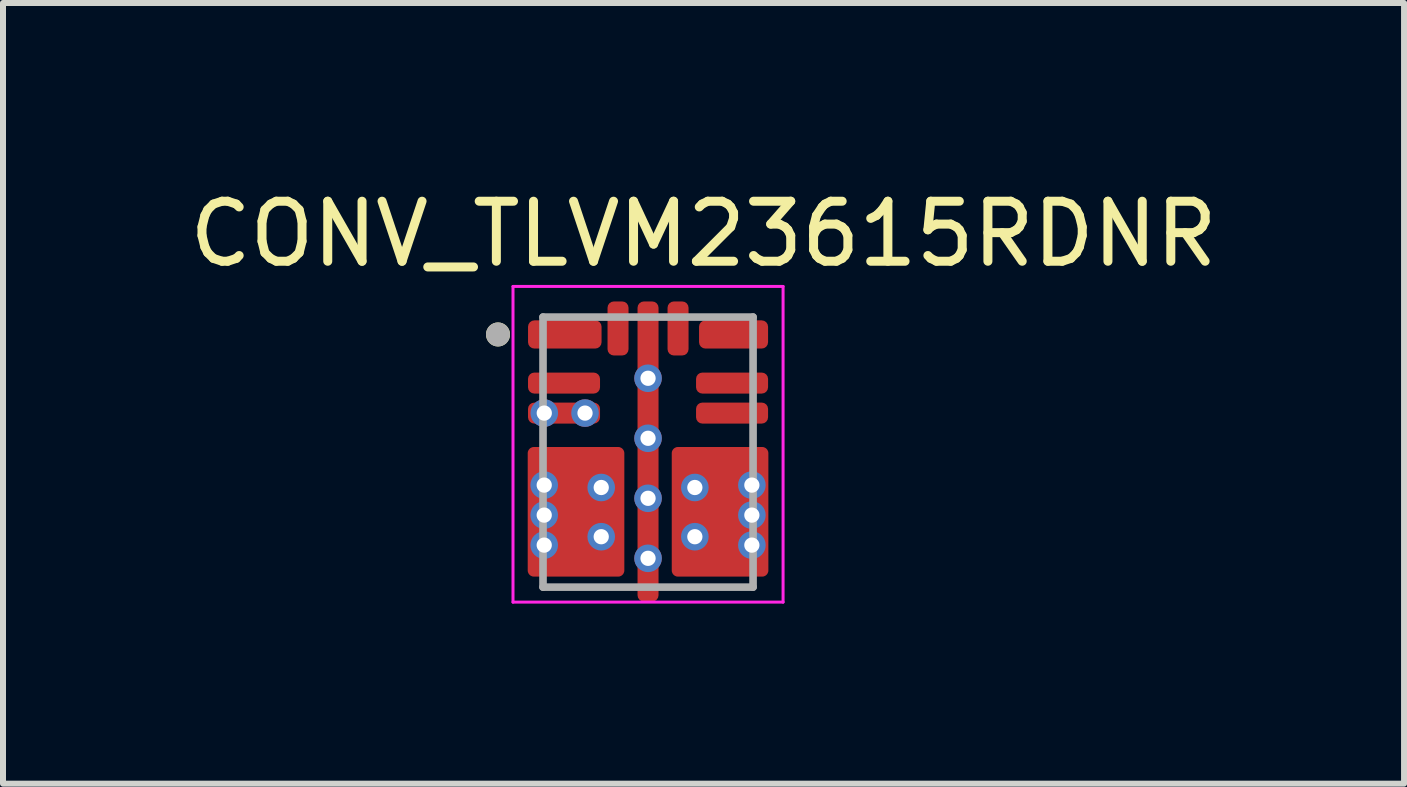
<source format=kicad_pcb>
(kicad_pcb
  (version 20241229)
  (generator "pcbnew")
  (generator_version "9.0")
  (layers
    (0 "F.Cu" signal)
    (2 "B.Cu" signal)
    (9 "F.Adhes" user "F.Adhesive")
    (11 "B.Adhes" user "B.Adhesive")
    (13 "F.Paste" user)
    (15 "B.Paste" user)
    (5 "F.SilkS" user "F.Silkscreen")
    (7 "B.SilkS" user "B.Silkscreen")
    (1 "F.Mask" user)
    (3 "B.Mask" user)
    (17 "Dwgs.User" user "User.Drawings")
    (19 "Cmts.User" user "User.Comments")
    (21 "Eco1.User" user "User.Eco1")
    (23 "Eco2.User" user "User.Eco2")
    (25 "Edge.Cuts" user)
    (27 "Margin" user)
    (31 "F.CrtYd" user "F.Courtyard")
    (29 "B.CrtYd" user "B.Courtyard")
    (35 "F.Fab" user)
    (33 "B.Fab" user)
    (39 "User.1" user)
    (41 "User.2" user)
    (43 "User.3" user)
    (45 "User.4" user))
  (footprint "CONV_TLVM23615RDNR"
    (layer "F.Cu")
    (at 7.748 4.483)
    (property "Reference" "CONV_TLVM23615RDNR" (at 0.925 -3.635 0) (layer "F.SilkS") (effects (font (size 1 1) (thickness 0.15))))
    (attr through_hole)
    (fp_poly (pts (xy -1.95 -2.095) (xy -1.95 -1.825) (xy -1.95 -1.822) (xy -1.95 -1.82) (xy -1.949 -1.817) (xy -1.949 -1.815) (xy -1.948 -1.812) (xy -1.948 -1.81) (xy -1.947 -1.807) (xy -1.946 -1.805) (xy -1.945 -1.802) (xy -1.943 -1.8) (xy -1.942 -1.798) (xy -1.94 -1.796) (xy -1.939 -1.794) (xy -1.937 -1.792) (xy -1.935 -1.79) (xy -1.933 -1.788) (xy -1.931 -1.786) (xy -1.929 -1.785) (xy -1.927 -1.783) (xy -1.925 -1.782) (xy -1.923 -1.78) (xy -1.92 -1.779) (xy -1.918 -1.778) (xy -1.915 -1.777) (xy -1.913 -1.777) (xy -1.91 -1.776) (xy -1.908 -1.776) (xy -1.905 -1.775) (xy -1.903 -1.775) (xy -1.9 -1.775) (xy -0.875 -1.775) (xy -0.872 -1.775) (xy -0.87 -1.775) (xy -0.867 -1.776) (xy -0.865 -1.776) (xy -0.862 -1.777) (xy -0.86 -1.777) (xy -0.857 -1.778) (xy -0.855 -1.779) (xy -0.852 -1.78) (xy -0.85 -1.782) (xy -0.848 -1.783) (xy -0.846 -1.785) (xy -0.844 -1.786) (xy -0.842 -1.788) (xy -0.84 -1.79) (xy -0.838 -1.792) (xy -0.836 -1.794) (xy -0.835 -1.796) (xy -0.833 -1.798) (xy -0.832 -1.8) (xy -0.83 -1.802) (xy -0.829 -1.805) (xy -0.828 -1.807) (xy -0.827 -1.81) (xy -0.827 -1.812) (xy -0.826 -1.815) (xy -0.826 -1.817) (xy -0.825 -1.82) (xy -0.825 -1.822) (xy -0.825 -1.825) (xy -0.825 -2.095) (xy -0.825 -2.098) (xy -0.825 -2.1) (xy -0.826 -2.103) (xy -0.826 -2.105) (xy -0.827 -2.108) (xy -0.827 -2.11) (xy -0.828 -2.113) (xy -0.829 -2.115) (xy -0.83 -2.118) (xy -0.832 -2.12) (xy -0.833 -2.122) (xy -0.835 -2.124) (xy -0.836 -2.126) (xy -0.838 -2.128) (xy -0.84 -2.13) (xy -0.842 -2.132) (xy -0.844 -2.134) (xy -0.846 -2.135) (xy -0.848 -2.137) (xy -0.85 -2.138) (xy -0.852 -2.14) (xy -0.855 -2.141) (xy -0.857 -2.142) (xy -0.86 -2.143) (xy -0.862 -2.143) (xy -0.865 -2.144) (xy -0.867 -2.144) (xy -0.87 -2.145) (xy -0.872 -2.145) (xy -0.875 -2.145) (xy -1.9 -2.145) (xy -1.903 -2.145) (xy -1.905 -2.145) (xy -1.908 -2.144) (xy -1.91 -2.144) (xy -1.913 -2.143) (xy -1.915 -2.143) (xy -1.918 -2.142) (xy -1.92 -2.141) (xy -1.923 -2.14) (xy -1.925 -2.138) (xy -1.927 -2.137) (xy -1.929 -2.135) (xy -1.931 -2.134) (xy -1.933 -2.132) (xy -1.935 -2.13) (xy -1.937 -2.128) (xy -1.939 -2.126) (xy -1.94 -2.124) (xy -1.942 -2.122) (xy -1.943 -2.12) (xy -1.945 -2.118) (xy -1.946 -2.115) (xy -1.947 -2.113) (xy -1.948 -2.11) (xy -1.948 -2.108) (xy -1.949 -2.105) (xy -1.949 -2.103) (xy -1.95 -2.1) (xy -1.95 -2.098) (xy -1.95 -2.095)) (stroke (width 0.01) (type solid)) (fill yes) (layer "F.Mask"))
    (fp_poly (pts (xy -1.95 -0.725) (xy -1.95 -0.575) (xy -1.95 -0.572) (xy -1.95 -0.57) (xy -1.949 -0.567) (xy -1.949 -0.565) (xy -1.948 -0.562) (xy -1.948 -0.56) (xy -1.947 -0.557) (xy -1.946 -0.555) (xy -1.945 -0.552) (xy -1.943 -0.55) (xy -1.942 -0.548) (xy -1.94 -0.546) (xy -1.939 -0.544) (xy -1.937 -0.542) (xy -1.935 -0.54) (xy -1.933 -0.538) (xy -1.931 -0.536) (xy -1.929 -0.535) (xy -1.927 -0.533) (xy -1.925 -0.532) (xy -1.923 -0.53) (xy -1.92 -0.529) (xy -1.918 -0.528) (xy -1.915 -0.527) (xy -1.913 -0.527) (xy -1.91 -0.526) (xy -1.908 -0.526) (xy -1.905 -0.525) (xy -1.903 -0.525) (xy -1.9 -0.525) (xy -0.9 -0.525) (xy -0.897 -0.525) (xy -0.895 -0.525) (xy -0.892 -0.526) (xy -0.89 -0.526) (xy -0.887 -0.527) (xy -0.885 -0.527) (xy -0.882 -0.528) (xy -0.88 -0.529) (xy -0.877 -0.53) (xy -0.875 -0.532) (xy -0.873 -0.533) (xy -0.871 -0.535) (xy -0.869 -0.536) (xy -0.867 -0.538) (xy -0.865 -0.54) (xy -0.863 -0.542) (xy -0.861 -0.544) (xy -0.86 -0.546) (xy -0.858 -0.548) (xy -0.857 -0.55) (xy -0.855 -0.552) (xy -0.854 -0.555) (xy -0.853 -0.557) (xy -0.852 -0.56) (xy -0.852 -0.562) (xy -0.851 -0.565) (xy -0.851 -0.567) (xy -0.85 -0.57) (xy -0.85 -0.572) (xy -0.85 -0.575) (xy -0.85 -0.725) (xy -0.85 -0.728) (xy -0.85 -0.73) (xy -0.851 -0.733) (xy -0.851 -0.735) (xy -0.852 -0.738) (xy -0.852 -0.74) (xy -0.853 -0.743) (xy -0.854 -0.745) (xy -0.855 -0.748) (xy -0.857 -0.75) (xy -0.858 -0.752) (xy -0.86 -0.754) (xy -0.861 -0.756) (xy -0.863 -0.758) (xy -0.865 -0.76) (xy -0.867 -0.762) (xy -0.869 -0.764) (xy -0.871 -0.765) (xy -0.873 -0.767) (xy -0.875 -0.768) (xy -0.877 -0.77) (xy -0.88 -0.771) (xy -0.882 -0.772) (xy -0.885 -0.773) (xy -0.887 -0.773) (xy -0.89 -0.774) (xy -0.892 -0.774) (xy -0.895 -0.775) (xy -0.897 -0.775) (xy -0.9 -0.775) (xy -1.9 -0.775) (xy -1.903 -0.775) (xy -1.905 -0.775) (xy -1.908 -0.774) (xy -1.91 -0.774) (xy -1.913 -0.773) (xy -1.915 -0.773) (xy -1.918 -0.772) (xy -1.92 -0.771) (xy -1.923 -0.77) (xy -1.925 -0.768) (xy -1.927 -0.767) (xy -1.929 -0.765) (xy -1.931 -0.764) (xy -1.933 -0.762) (xy -1.935 -0.76) (xy -1.937 -0.758) (xy -1.939 -0.756) (xy -1.94 -0.754) (xy -1.942 -0.752) (xy -1.943 -0.75) (xy -1.945 -0.748) (xy -1.946 -0.745) (xy -1.947 -0.743) (xy -1.948 -0.74) (xy -1.948 -0.738) (xy -1.949 -0.735) (xy -1.949 -0.733) (xy -1.95 -0.73) (xy -1.95 -0.728) (xy -1.95 -0.725)) (stroke (width 0.01) (type solid)) (fill yes) (layer "F.Mask"))
    (fp_poly (pts (xy -1.9 -1.025) (xy -1.903 -1.025) (xy -1.905 -1.025) (xy -1.908 -1.026) (xy -1.91 -1.026) (xy -1.913 -1.027) (xy -1.915 -1.027) (xy -1.918 -1.028) (xy -1.92 -1.029) (xy -1.923 -1.03) (xy -1.925 -1.032) (xy -1.927 -1.033) (xy -1.929 -1.035) (xy -1.931 -1.036) (xy -1.933 -1.038) (xy -1.935 -1.04) (xy -1.937 -1.042) (xy -1.939 -1.044) (xy -1.94 -1.046) (xy -1.942 -1.048) (xy -1.943 -1.05) (xy -1.945 -1.052) (xy -1.946 -1.055) (xy -1.947 -1.057) (xy -1.948 -1.06) (xy -1.948 -1.062) (xy -1.949 -1.065) (xy -1.949 -1.067) (xy -1.95 -1.07) (xy -1.95 -1.072) (xy -1.95 -1.075) (xy -1.95 -1.225) (xy -1.95 -1.228) (xy -1.95 -1.23) (xy -1.949 -1.233) (xy -1.949 -1.235) (xy -1.948 -1.238) (xy -1.948 -1.24) (xy -1.947 -1.243) (xy -1.946 -1.245) (xy -1.945 -1.248) (xy -1.943 -1.25) (xy -1.942 -1.252) (xy -1.94 -1.254) (xy -1.939 -1.256) (xy -1.937 -1.258) (xy -1.935 -1.26) (xy -1.933 -1.262) (xy -1.931 -1.264) (xy -1.929 -1.265) (xy -1.927 -1.267) (xy -1.925 -1.268) (xy -1.923 -1.27) (xy -1.92 -1.271) (xy -1.918 -1.272) (xy -1.915 -1.273) (xy -1.913 -1.273) (xy -1.91 -1.274) (xy -1.908 -1.274) (xy -1.905 -1.275) (xy -1.903 -1.275) (xy -1.9 -1.275) (xy -0.9 -1.275) (xy -0.897 -1.275) (xy -0.895 -1.275) (xy -0.892 -1.274) (xy -0.89 -1.274) (xy -0.887 -1.273) (xy -0.885 -1.273) (xy -0.882 -1.272) (xy -0.88 -1.271) (xy -0.877 -1.27) (xy -0.875 -1.268) (xy -0.873 -1.267) (xy -0.871 -1.265) (xy -0.869 -1.264) (xy -0.867 -1.262) (xy -0.865 -1.26) (xy -0.863 -1.258) (xy -0.861 -1.256) (xy -0.86 -1.254) (xy -0.858 -1.252) (xy -0.857 -1.25) (xy -0.855 -1.248) (xy -0.854 -1.245) (xy -0.853 -1.243) (xy -0.852 -1.24) (xy -0.852 -1.238) (xy -0.851 -1.235) (xy -0.851 -1.233) (xy -0.85 -1.23) (xy -0.85 -1.228) (xy -0.85 -1.225) (xy -0.85 -1.075) (xy -0.85 -1.072) (xy -0.85 -1.07) (xy -0.851 -1.067) (xy -0.851 -1.065) (xy -0.852 -1.062) (xy -0.852 -1.06) (xy -0.853 -1.057) (xy -0.854 -1.055) (xy -0.855 -1.052) (xy -0.857 -1.05) (xy -0.858 -1.048) (xy -0.86 -1.046) (xy -0.861 -1.044) (xy -0.863 -1.042) (xy -0.865 -1.04) (xy -0.867 -1.038) (xy -0.869 -1.036) (xy -0.871 -1.035) (xy -0.873 -1.033) (xy -0.875 -1.032) (xy -0.877 -1.03) (xy -0.88 -1.029) (xy -0.882 -1.028) (xy -0.885 -1.027) (xy -0.887 -1.027) (xy -0.89 -1.026) (xy -0.892 -1.026) (xy -0.895 -1.025) (xy -0.897 -1.025) (xy -0.9 -1.025) (xy -1.9 -1.025)) (stroke (width 0.01) (type solid)) (fill yes) (layer "F.Mask"))
    (fp_poly (pts (xy -0.575 -1.66) (xy -0.578 -1.66) (xy -0.58 -1.66) (xy -0.583 -1.661) (xy -0.585 -1.661) (xy -0.588 -1.662) (xy -0.59 -1.662) (xy -0.593 -1.663) (xy -0.595 -1.664) (xy -0.598 -1.665) (xy -0.6 -1.667) (xy -0.602 -1.668) (xy -0.604 -1.67) (xy -0.606 -1.671) (xy -0.608 -1.673) (xy -0.61 -1.675) (xy -0.612 -1.677) (xy -0.614 -1.679) (xy -0.615 -1.681) (xy -0.617 -1.683) (xy -0.618 -1.685) (xy -0.62 -1.687) (xy -0.621 -1.69) (xy -0.622 -1.692) (xy -0.623 -1.695) (xy -0.623 -1.697) (xy -0.624 -1.7) (xy -0.624 -1.702) (xy -0.625 -1.705) (xy -0.625 -1.707) (xy -0.625 -1.71) (xy -0.625 -2.41) (xy -0.625 -2.413) (xy -0.625 -2.415) (xy -0.624 -2.418) (xy -0.624 -2.42) (xy -0.623 -2.423) (xy -0.623 -2.425) (xy -0.622 -2.428) (xy -0.621 -2.43) (xy -0.62 -2.433) (xy -0.618 -2.435) (xy -0.617 -2.437) (xy -0.615 -2.439) (xy -0.614 -2.441) (xy -0.612 -2.443) (xy -0.61 -2.445) (xy -0.608 -2.447) (xy -0.606 -2.449) (xy -0.604 -2.45) (xy -0.602 -2.452) (xy -0.6 -2.453) (xy -0.598 -2.455) (xy -0.595 -2.456) (xy -0.593 -2.457) (xy -0.59 -2.458) (xy -0.588 -2.458) (xy -0.585 -2.459) (xy -0.583 -2.459) (xy -0.58 -2.46) (xy -0.578 -2.46) (xy -0.575 -2.46) (xy -0.425 -2.46) (xy -0.422 -2.46) (xy -0.42 -2.46) (xy -0.417 -2.459) (xy -0.415 -2.459) (xy -0.412 -2.458) (xy -0.41 -2.458) (xy -0.407 -2.457) (xy -0.405 -2.456) (xy -0.402 -2.455) (xy -0.4 -2.453) (xy -0.398 -2.452) (xy -0.396 -2.45) (xy -0.394 -2.449) (xy -0.392 -2.447) (xy -0.39 -2.445) (xy -0.388 -2.443) (xy -0.386 -2.441) (xy -0.385 -2.439) (xy -0.383 -2.437) (xy -0.382 -2.435) (xy -0.38 -2.433) (xy -0.379 -2.43) (xy -0.378 -2.428) (xy -0.377 -2.425) (xy -0.377 -2.423) (xy -0.376 -2.42) (xy -0.376 -2.418) (xy -0.375 -2.415) (xy -0.375 -2.413) (xy -0.375 -2.41) (xy -0.375 -1.71) (xy -0.375 -1.707) (xy -0.375 -1.705) (xy -0.376 -1.702) (xy -0.376 -1.7) (xy -0.377 -1.697) (xy -0.377 -1.695) (xy -0.378 -1.692) (xy -0.379 -1.69) (xy -0.38 -1.687) (xy -0.382 -1.685) (xy -0.383 -1.683) (xy -0.385 -1.681) (xy -0.386 -1.679) (xy -0.388 -1.677) (xy -0.39 -1.675) (xy -0.392 -1.673) (xy -0.394 -1.671) (xy -0.396 -1.67) (xy -0.398 -1.668) (xy -0.4 -1.667) (xy -0.402 -1.665) (xy -0.405 -1.664) (xy -0.407 -1.663) (xy -0.41 -1.662) (xy -0.412 -1.662) (xy -0.415 -1.661) (xy -0.417 -1.661) (xy -0.42 -1.66) (xy -0.422 -1.66) (xy -0.425 -1.66) (xy -0.575 -1.66)) (stroke (width 0.01) (type solid)) (fill yes) (layer "F.Mask"))
    (fp_poly (pts (xy -0.1 -0.94) (xy -0.103 -0.94) (xy -0.105 -0.94) (xy -0.108 -0.941) (xy -0.11 -0.941) (xy -0.113 -0.942) (xy -0.115 -0.942) (xy -0.118 -0.943) (xy -0.12 -0.944) (xy -0.123 -0.945) (xy -0.125 -0.947) (xy -0.127 -0.948) (xy -0.129 -0.95) (xy -0.131 -0.951) (xy -0.133 -0.953) (xy -0.135 -0.955) (xy -0.137 -0.957) (xy -0.139 -0.959) (xy -0.14 -0.961) (xy -0.142 -0.963) (xy -0.143 -0.965) (xy -0.145 -0.967) (xy -0.146 -0.97) (xy -0.147 -0.972) (xy -0.148 -0.975) (xy -0.148 -0.977) (xy -0.149 -0.98) (xy -0.149 -0.982) (xy -0.15 -0.985) (xy -0.15 -0.987) (xy -0.15 -0.99) (xy -0.15 -2.41) (xy -0.15 -2.413) (xy -0.15 -2.415) (xy -0.149 -2.418) (xy -0.149 -2.42) (xy -0.148 -2.423) (xy -0.148 -2.425) (xy -0.147 -2.428) (xy -0.146 -2.43) (xy -0.145 -2.433) (xy -0.143 -2.435) (xy -0.142 -2.437) (xy -0.14 -2.439) (xy -0.139 -2.441) (xy -0.137 -2.443) (xy -0.135 -2.445) (xy -0.133 -2.447) (xy -0.131 -2.449) (xy -0.129 -2.45) (xy -0.127 -2.452) (xy -0.125 -2.453) (xy -0.123 -2.455) (xy -0.12 -2.456) (xy -0.118 -2.457) (xy -0.115 -2.458) (xy -0.113 -2.458) (xy -0.11 -2.459) (xy -0.108 -2.459) (xy -0.105 -2.46) (xy -0.103 -2.46) (xy -0.1 -2.46) (xy 0.1 -2.46) (xy 0.103 -2.46) (xy 0.105 -2.46) (xy 0.108 -2.459) (xy 0.11 -2.459) (xy 0.113 -2.458) (xy 0.115 -2.458) (xy 0.118 -2.457) (xy 0.12 -2.456) (xy 0.123 -2.455) (xy 0.125 -2.453) (xy 0.127 -2.452) (xy 0.129 -2.45) (xy 0.131 -2.449) (xy 0.133 -2.447) (xy 0.135 -2.445) (xy 0.137 -2.443) (xy 0.139 -2.441) (xy 0.14 -2.439) (xy 0.142 -2.437) (xy 0.143 -2.435) (xy 0.145 -2.433) (xy 0.146 -2.43) (xy 0.147 -2.428) (xy 0.148 -2.425) (xy 0.148 -2.423) (xy 0.149 -2.42) (xy 0.149 -2.418) (xy 0.15 -2.415) (xy 0.15 -2.413) (xy 0.15 -2.41) (xy 0.15 -0.99) (xy 0.15 -0.987) (xy 0.15 -0.985) (xy 0.149 -0.982) (xy 0.149 -0.98) (xy 0.148 -0.977) (xy 0.148 -0.975) (xy 0.147 -0.972) (xy 0.146 -0.97) (xy 0.145 -0.967) (xy 0.143 -0.965) (xy 0.142 -0.963) (xy 0.14 -0.961) (xy 0.139 -0.959) (xy 0.137 -0.957) (xy 0.135 -0.955) (xy 0.133 -0.953) (xy 0.131 -0.951) (xy 0.129 -0.95) (xy 0.127 -0.948) (xy 0.125 -0.947) (xy 0.123 -0.945) (xy 0.12 -0.944) (xy 0.118 -0.943) (xy 0.115 -0.942) (xy 0.113 -0.942) (xy 0.11 -0.941) (xy 0.108 -0.941) (xy 0.105 -0.94) (xy 0.103 -0.94) (xy 0.1 -0.94) (xy -0.1 -0.94)) (stroke (width 0.01) (type solid)) (fill yes) (layer "F.Mask"))
    (fp_poly (pts (xy 0.575 -1.66) (xy 0.578 -1.66) (xy 0.58 -1.66) (xy 0.583 -1.661) (xy 0.585 -1.661) (xy 0.588 -1.662) (xy 0.59 -1.662) (xy 0.593 -1.663) (xy 0.595 -1.664) (xy 0.598 -1.665) (xy 0.6 -1.667) (xy 0.602 -1.668) (xy 0.604 -1.67) (xy 0.606 -1.671) (xy 0.608 -1.673) (xy 0.61 -1.675) (xy 0.612 -1.677) (xy 0.614 -1.679) (xy 0.615 -1.681) (xy 0.617 -1.683) (xy 0.618 -1.685) (xy 0.62 -1.687) (xy 0.621 -1.69) (xy 0.622 -1.692) (xy 0.623 -1.695) (xy 0.623 -1.697) (xy 0.624 -1.7) (xy 0.624 -1.702) (xy 0.625 -1.705) (xy 0.625 -1.707) (xy 0.625 -1.71) (xy 0.625 -2.41) (xy 0.625 -2.413) (xy 0.625 -2.415) (xy 0.624 -2.418) (xy 0.624 -2.42) (xy 0.623 -2.423) (xy 0.623 -2.425) (xy 0.622 -2.428) (xy 0.621 -2.43) (xy 0.62 -2.433) (xy 0.618 -2.435) (xy 0.617 -2.437) (xy 0.615 -2.439) (xy 0.614 -2.441) (xy 0.612 -2.443) (xy 0.61 -2.445) (xy 0.608 -2.447) (xy 0.606 -2.449) (xy 0.604 -2.45) (xy 0.602 -2.452) (xy 0.6 -2.453) (xy 0.598 -2.455) (xy 0.595 -2.456) (xy 0.593 -2.457) (xy 0.59 -2.458) (xy 0.588 -2.458) (xy 0.585 -2.459) (xy 0.583 -2.459) (xy 0.58 -2.46) (xy 0.578 -2.46) (xy 0.575 -2.46) (xy 0.425 -2.46) (xy 0.422 -2.46) (xy 0.42 -2.46) (xy 0.417 -2.459) (xy 0.415 -2.459) (xy 0.412 -2.458) (xy 0.41 -2.458) (xy 0.407 -2.457) (xy 0.405 -2.456) (xy 0.402 -2.455) (xy 0.4 -2.453) (xy 0.398 -2.452) (xy 0.396 -2.45) (xy 0.394 -2.449) (xy 0.392 -2.447) (xy 0.39 -2.445) (xy 0.388 -2.443) (xy 0.386 -2.441) (xy 0.385 -2.439) (xy 0.383 -2.437) (xy 0.382 -2.435) (xy 0.38 -2.433) (xy 0.379 -2.43) (xy 0.378 -2.428) (xy 0.377 -2.425) (xy 0.377 -2.423) (xy 0.376 -2.42) (xy 0.376 -2.418) (xy 0.375 -2.415) (xy 0.375 -2.413) (xy 0.375 -2.41) (xy 0.375 -1.71) (xy 0.375 -1.707) (xy 0.375 -1.705) (xy 0.376 -1.702) (xy 0.376 -1.7) (xy 0.377 -1.697) (xy 0.377 -1.695) (xy 0.378 -1.692) (xy 0.379 -1.69) (xy 0.38 -1.687) (xy 0.382 -1.685) (xy 0.383 -1.683) (xy 0.385 -1.681) (xy 0.386 -1.679) (xy 0.388 -1.677) (xy 0.39 -1.675) (xy 0.392 -1.673) (xy 0.394 -1.671) (xy 0.396 -1.67) (xy 0.398 -1.668) (xy 0.4 -1.667) (xy 0.402 -1.665) (xy 0.405 -1.664) (xy 0.407 -1.663) (xy 0.41 -1.662) (xy 0.412 -1.662) (xy 0.415 -1.661) (xy 0.417 -1.661) (xy 0.42 -1.66) (xy 0.422 -1.66) (xy 0.425 -1.66) (xy 0.575 -1.66)) (stroke (width 0.01) (type solid)) (fill yes) (layer "F.Mask"))
    (fp_poly (pts (xy 1.9 -1.025) (xy 1.903 -1.025) (xy 1.905 -1.025) (xy 1.908 -1.026) (xy 1.91 -1.026) (xy 1.913 -1.027) (xy 1.915 -1.027) (xy 1.918 -1.028) (xy 1.92 -1.029) (xy 1.923 -1.03) (xy 1.925 -1.032) (xy 1.927 -1.033) (xy 1.929 -1.035) (xy 1.931 -1.036) (xy 1.933 -1.038) (xy 1.935 -1.04) (xy 1.937 -1.042) (xy 1.939 -1.044) (xy 1.94 -1.046) (xy 1.942 -1.048) (xy 1.943 -1.05) (xy 1.945 -1.052) (xy 1.946 -1.055) (xy 1.947 -1.057) (xy 1.948 -1.06) (xy 1.948 -1.062) (xy 1.949 -1.065) (xy 1.949 -1.067) (xy 1.95 -1.07) (xy 1.95 -1.072) (xy 1.95 -1.075) (xy 1.95 -1.225) (xy 1.95 -1.228) (xy 1.95 -1.23) (xy 1.949 -1.233) (xy 1.949 -1.235) (xy 1.948 -1.238) (xy 1.948 -1.24) (xy 1.947 -1.243) (xy 1.946 -1.245) (xy 1.945 -1.248) (xy 1.943 -1.25) (xy 1.942 -1.252) (xy 1.94 -1.254) (xy 1.939 -1.256) (xy 1.937 -1.258) (xy 1.935 -1.26) (xy 1.933 -1.262) (xy 1.931 -1.264) (xy 1.929 -1.265) (xy 1.927 -1.267) (xy 1.925 -1.268) (xy 1.923 -1.27) (xy 1.92 -1.271) (xy 1.918 -1.272) (xy 1.915 -1.273) (xy 1.913 -1.273) (xy 1.91 -1.274) (xy 1.908 -1.274) (xy 1.905 -1.275) (xy 1.903 -1.275) (xy 1.9 -1.275) (xy 0.9 -1.275) (xy 0.897 -1.275) (xy 0.895 -1.275) (xy 0.892 -1.274) (xy 0.89 -1.274) (xy 0.887 -1.273) (xy 0.885 -1.273) (xy 0.882 -1.272) (xy 0.88 -1.271) (xy 0.877 -1.27) (xy 0.875 -1.268) (xy 0.873 -1.267) (xy 0.871 -1.265) (xy 0.869 -1.264) (xy 0.867 -1.262) (xy 0.865 -1.26) (xy 0.863 -1.258) (xy 0.861 -1.256) (xy 0.86 -1.254) (xy 0.858 -1.252) (xy 0.857 -1.25) (xy 0.855 -1.248) (xy 0.854 -1.245) (xy 0.853 -1.243) (xy 0.852 -1.24) (xy 0.852 -1.238) (xy 0.851 -1.235) (xy 0.851 -1.233) (xy 0.85 -1.23) (xy 0.85 -1.228) (xy 0.85 -1.225) (xy 0.85 -1.075) (xy 0.85 -1.072) (xy 0.85 -1.07) (xy 0.851 -1.067) (xy 0.851 -1.065) (xy 0.852 -1.062) (xy 0.852 -1.06) (xy 0.853 -1.057) (xy 0.854 -1.055) (xy 0.855 -1.052) (xy 0.857 -1.05) (xy 0.858 -1.048) (xy 0.86 -1.046) (xy 0.861 -1.044) (xy 0.863 -1.042) (xy 0.865 -1.04) (xy 0.867 -1.038) (xy 0.869 -1.036) (xy 0.871 -1.035) (xy 0.873 -1.033) (xy 0.875 -1.032) (xy 0.877 -1.03) (xy 0.88 -1.029) (xy 0.882 -1.028) (xy 0.885 -1.027) (xy 0.887 -1.027) (xy 0.89 -1.026) (xy 0.892 -1.026) (xy 0.895 -1.025) (xy 0.897 -1.025) (xy 0.9 -1.025) (xy 1.9 -1.025)) (stroke (width 0.01) (type solid)) (fill yes) (layer "F.Mask"))
    (fp_poly (pts (xy 1.95 -0.725) (xy 1.95 -0.575) (xy 1.95 -0.572) (xy 1.95 -0.57) (xy 1.949 -0.567) (xy 1.949 -0.565) (xy 1.948 -0.562) (xy 1.948 -0.56) (xy 1.947 -0.557) (xy 1.946 -0.555) (xy 1.945 -0.552) (xy 1.943 -0.55) (xy 1.942 -0.548) (xy 1.94 -0.546) (xy 1.939 -0.544) (xy 1.937 -0.542) (xy 1.935 -0.54) (xy 1.933 -0.538) (xy 1.931 -0.536) (xy 1.929 -0.535) (xy 1.927 -0.533) (xy 1.925 -0.532) (xy 1.923 -0.53) (xy 1.92 -0.529) (xy 1.918 -0.528) (xy 1.915 -0.527) (xy 1.913 -0.527) (xy 1.91 -0.526) (xy 1.908 -0.526) (xy 1.905 -0.525) (xy 1.903 -0.525) (xy 1.9 -0.525) (xy 0.9 -0.525) (xy 0.897 -0.525) (xy 0.895 -0.525) (xy 0.892 -0.526) (xy 0.89 -0.526) (xy 0.887 -0.527) (xy 0.885 -0.527) (xy 0.882 -0.528) (xy 0.88 -0.529) (xy 0.877 -0.53) (xy 0.875 -0.532) (xy 0.873 -0.533) (xy 0.871 -0.535) (xy 0.869 -0.536) (xy 0.867 -0.538) (xy 0.865 -0.54) (xy 0.863 -0.542) (xy 0.861 -0.544) (xy 0.86 -0.546) (xy 0.858 -0.548) (xy 0.857 -0.55) (xy 0.855 -0.552) (xy 0.854 -0.555) (xy 0.853 -0.557) (xy 0.852 -0.56) (xy 0.852 -0.562) (xy 0.851 -0.565) (xy 0.851 -0.567) (xy 0.85 -0.57) (xy 0.85 -0.572) (xy 0.85 -0.575) (xy 0.85 -0.725) (xy 0.85 -0.728) (xy 0.85 -0.73) (xy 0.851 -0.733) (xy 0.851 -0.735) (xy 0.852 -0.738) (xy 0.852 -0.74) (xy 0.853 -0.743) (xy 0.854 -0.745) (xy 0.855 -0.748) (xy 0.857 -0.75) (xy 0.858 -0.752) (xy 0.86 -0.754) (xy 0.861 -0.756) (xy 0.863 -0.758) (xy 0.865 -0.76) (xy 0.867 -0.762) (xy 0.869 -0.764) (xy 0.871 -0.765) (xy 0.873 -0.767) (xy 0.875 -0.768) (xy 0.877 -0.77) (xy 0.88 -0.771) (xy 0.882 -0.772) (xy 0.885 -0.773) (xy 0.887 -0.773) (xy 0.89 -0.774) (xy 0.892 -0.774) (xy 0.895 -0.775) (xy 0.897 -0.775) (xy 0.9 -0.775) (xy 1.9 -0.775) (xy 1.903 -0.775) (xy 1.905 -0.775) (xy 1.908 -0.774) (xy 1.91 -0.774) (xy 1.913 -0.773) (xy 1.915 -0.773) (xy 1.918 -0.772) (xy 1.92 -0.771) (xy 1.923 -0.77) (xy 1.925 -0.768) (xy 1.927 -0.767) (xy 1.929 -0.765) (xy 1.931 -0.764) (xy 1.933 -0.762) (xy 1.935 -0.76) (xy 1.937 -0.758) (xy 1.939 -0.756) (xy 1.94 -0.754) (xy 1.942 -0.752) (xy 1.943 -0.75) (xy 1.945 -0.748) (xy 1.946 -0.745) (xy 1.947 -0.743) (xy 1.948 -0.74) (xy 1.948 -0.738) (xy 1.949 -0.735) (xy 1.949 -0.733) (xy 1.95 -0.73) (xy 1.95 -0.728) (xy 1.95 -0.725)) (stroke (width 0.01) (type solid)) (fill yes) (layer "F.Mask"))
    (fp_poly (pts (xy 1.988 -2.095) (xy 1.988 -1.825) (xy 1.988 -1.822) (xy 1.988 -1.82) (xy 1.986 -1.817) (xy 1.986 -1.815) (xy 1.986 -1.812) (xy 1.986 -1.81) (xy 1.984 -1.807) (xy 1.984 -1.805) (xy 1.982 -1.802) (xy 1.98 -1.8) (xy 1.98 -1.798) (xy 1.978 -1.796) (xy 1.976 -1.794) (xy 1.974 -1.792) (xy 1.972 -1.79) (xy 1.97 -1.788) (xy 1.968 -1.786) (xy 1.966 -1.785) (xy 1.964 -1.783) (xy 1.962 -1.782) (xy 1.96 -1.78) (xy 1.958 -1.779) (xy 1.956 -1.778) (xy 1.952 -1.777) (xy 1.95 -1.777) (xy 1.948 -1.776) (xy 1.946 -1.776) (xy 1.942 -1.775) (xy 1.94 -1.775) (xy 1.938 -1.775) (xy 0.912 -1.775) (xy 0.909 -1.775) (xy 0.907 -1.775) (xy 0.904 -1.776) (xy 0.902 -1.776) (xy 0.899 -1.777) (xy 0.897 -1.777) (xy 0.894 -1.778) (xy 0.892 -1.779) (xy 0.889 -1.78) (xy 0.887 -1.782) (xy 0.885 -1.783) (xy 0.883 -1.785) (xy 0.881 -1.786) (xy 0.879 -1.788) (xy 0.877 -1.79) (xy 0.875 -1.792) (xy 0.874 -1.794) (xy 0.873 -1.796) (xy 0.871 -1.798) (xy 0.87 -1.8) (xy 0.868 -1.802) (xy 0.867 -1.805) (xy 0.866 -1.807) (xy 0.865 -1.81) (xy 0.865 -1.812) (xy 0.864 -1.815) (xy 0.864 -1.817) (xy 0.863 -1.82) (xy 0.863 -1.822) (xy 0.863 -1.825) (xy 0.863 -2.095) (xy 0.863 -2.098) (xy 0.863 -2.1) (xy 0.864 -2.103) (xy 0.864 -2.105) (xy 0.865 -2.108) (xy 0.865 -2.11) (xy 0.866 -2.113) (xy 0.867 -2.115) (xy 0.868 -2.118) (xy 0.87 -2.12) (xy 0.871 -2.122) (xy 0.873 -2.124) (xy 0.874 -2.126) (xy 0.875 -2.128) (xy 0.877 -2.13) (xy 0.879 -2.132) (xy 0.881 -2.134) (xy 0.883 -2.135) (xy 0.885 -2.137) (xy 0.887 -2.138) (xy 0.889 -2.14) (xy 0.892 -2.141) (xy 0.894 -2.142) (xy 0.897 -2.143) (xy 0.899 -2.143) (xy 0.902 -2.144) (xy 0.904 -2.144) (xy 0.907 -2.145) (xy 0.909 -2.145) (xy 0.912 -2.145) (xy 1.938 -2.145) (xy 1.94 -2.145) (xy 1.942 -2.145) (xy 1.946 -2.144) (xy 1.948 -2.144) (xy 1.95 -2.143) (xy 1.952 -2.143) (xy 1.956 -2.142) (xy 1.958 -2.141) (xy 1.96 -2.14) (xy 1.962 -2.138) (xy 1.964 -2.137) (xy 1.966 -2.135) (xy 1.968 -2.134) (xy 1.97 -2.132) (xy 1.972 -2.13) (xy 1.974 -2.128) (xy 1.976 -2.126) (xy 1.978 -2.124) (xy 1.98 -2.122) (xy 1.98 -2.12) (xy 1.982 -2.118) (xy 1.984 -2.115) (xy 1.984 -2.113) (xy 1.986 -2.11) (xy 1.986 -2.108) (xy 1.986 -2.105) (xy 1.986 -2.103) (xy 1.988 -2.1) (xy 1.988 -2.098) (xy 1.988 -2.095)) (stroke (width 0.01) (type solid)) (fill yes) (layer "F.Mask"))
    (fp_poly (pts (xy -1.95 1.72) (xy -1.95 1.87) (xy -1.95 1.873) (xy -1.95 1.875) (xy -1.949 1.878) (xy -1.949 1.88) (xy -1.948 1.883) (xy -1.948 1.885) (xy -1.947 1.888) (xy -1.946 1.89) (xy -1.945 1.893) (xy -1.943 1.895) (xy -1.942 1.897) (xy -1.94 1.899) (xy -1.939 1.901) (xy -1.937 1.903) (xy -1.935 1.905) (xy -1.933 1.907) (xy -1.931 1.909) (xy -1.929 1.91) (xy -1.927 1.912) (xy -1.925 1.913) (xy -1.923 1.915) (xy -1.92 1.916) (xy -1.918 1.917) (xy -1.915 1.918) (xy -1.913 1.918) (xy -1.91 1.919) (xy -1.908 1.919) (xy -1.905 1.92) (xy -1.903 1.92) (xy -1.9 1.92) (xy -1.625 1.92) (xy -1.622 1.92) (xy -1.62 1.92) (xy -1.617 1.921) (xy -1.615 1.921) (xy -1.612 1.922) (xy -1.61 1.922) (xy -1.607 1.923) (xy -1.605 1.924) (xy -1.602 1.925) (xy -1.6 1.927) (xy -1.598 1.928) (xy -1.596 1.93) (xy -1.594 1.931) (xy -1.592 1.933) (xy -1.59 1.935) (xy -1.588 1.937) (xy -1.586 1.939) (xy -1.585 1.941) (xy -1.583 1.943) (xy -1.582 1.945) (xy -1.58 1.947) (xy -1.579 1.95) (xy -1.578 1.952) (xy -1.577 1.955) (xy -1.577 1.957) (xy -1.576 1.96) (xy -1.576 1.962) (xy -1.575 1.965) (xy -1.575 1.967) (xy -1.575 1.97) (xy -1.575 1.973) (xy -1.575 1.975) (xy -1.574 1.978) (xy -1.574 1.98) (xy -1.573 1.983) (xy -1.573 1.985) (xy -1.572 1.988) (xy -1.571 1.99) (xy -1.57 1.993) (xy -1.568 1.995) (xy -1.567 1.997) (xy -1.565 1.999) (xy -1.564 2.001) (xy -1.562 2.003) (xy -1.56 2.005) (xy -1.558 2.007) (xy -1.556 2.009) (xy -1.554 2.01) (xy -1.552 2.012) (xy -1.55 2.013) (xy -1.548 2.015) (xy -1.545 2.016) (xy -1.543 2.017) (xy -1.54 2.018) (xy -1.538 2.018) (xy -1.535 2.019) (xy -1.533 2.019) (xy -1.53 2.02) (xy -1.528 2.02) (xy -1.525 2.02) (xy -0.5 2.02) (xy -0.497 2.02) (xy -0.495 2.02) (xy -0.492 2.019) (xy -0.49 2.019) (xy -0.487 2.018) (xy -0.485 2.018) (xy -0.482 2.017) (xy -0.48 2.016) (xy -0.477 2.015) (xy -0.475 2.013) (xy -0.473 2.012) (xy -0.471 2.01) (xy -0.469 2.009) (xy -0.467 2.007) (xy -0.465 2.005) (xy -0.463 2.003) (xy -0.461 2.001) (xy -0.46 1.999) (xy -0.458 1.997) (xy -0.457 1.995) (xy -0.455 1.993) (xy -0.454 1.99) (xy -0.453 1.988) (xy -0.452 1.985) (xy -0.452 1.983) (xy -0.451 1.98) (xy -0.451 1.978) (xy -0.45 1.975) (xy -0.45 1.973) (xy -0.45 1.97) (xy -0.45 0.02) (xy -0.45 0.017) (xy -0.45 0.015) (xy -0.451 0.012) (xy -0.451 0.01) (xy -0.452 0.007) (xy -0.452 0.005) (xy -0.453 0.002) (xy -0.454 0) (xy -0.455 -0.003) (xy -0.457 -0.005) (xy -0.458 -0.007) (xy -0.46 -0.009) (xy -0.461 -0.011) (xy -0.463 -0.013) (xy -0.465 -0.015) (xy -0.467 -0.017) (xy -0.469 -0.019) (xy -0.471 -0.02) (xy -0.473 -0.022) (xy -0.475 -0.023) (xy -0.477 -0.025) (xy -0.48 -0.026) (xy -0.482 -0.027) (xy -0.485 -0.028) (xy -0.487 -0.028) (xy -0.49 -0.029) (xy -0.492 -0.029) (xy -0.495 -0.03) (xy -0.497 -0.03) (xy -0.5 -0.03) (xy -1.525 -0.03) (xy -1.528 -0.03) (xy -1.53 -0.03) (xy -1.533 -0.029) (xy -1.535 -0.029) (xy -1.538 -0.028) (xy -1.54 -0.028) (xy -1.543 -0.027) (xy -1.545 -0.026) (xy -1.548 -0.025) (xy -1.55 -0.023) (xy -1.552 -0.022) (xy -1.554 -0.02) (xy -1.556 -0.019) (xy -1.558 -0.017) (xy -1.56 -0.015) (xy -1.562 -0.013) (xy -1.564 -0.011) (xy -1.565 -0.009) (xy -1.567 -0.007) (xy -1.568 -0.005) (xy -1.57 -0.003) (xy -1.571 0) (xy -1.572 0.002) (xy -1.573 0.005) (xy -1.573 0.007) (xy -1.574 0.01) (xy -1.574 0.012) (xy -1.575 0.015) (xy -1.575 0.017) (xy -1.575 0.02) (xy -1.575 0.12) (xy -1.575 0.123) (xy -1.575 0.125) (xy -1.576 0.128) (xy -1.576 0.13) (xy -1.577 0.133) (xy -1.577 0.135) (xy -1.578 0.138) (xy -1.579 0.14) (xy -1.58 0.143) (xy -1.582 0.145) (xy -1.583 0.147) (xy -1.585 0.149) (xy -1.586 0.151) (xy -1.588 0.153) (xy -1.59 0.155) (xy -1.592 0.157) (xy -1.594 0.159) (xy -1.596 0.16) (xy -1.598 0.162) (xy -1.6 0.163) (xy -1.602 0.165) (xy -1.605 0.166) (xy -1.607 0.167) (xy -1.61 0.168) (xy -1.612 0.168) (xy -1.615 0.169) (xy -1.617 0.169) (xy -1.62 0.17) (xy -1.622 0.17) (xy -1.625 0.17) (xy -1.9 0.17) (xy -1.903 0.17) (xy -1.905 0.17) (xy -1.908 0.171) (xy -1.91 0.171) (xy -1.913 0.172) (xy -1.915 0.172) (xy -1.918 0.173) (xy -1.92 0.174) (xy -1.923 0.175) (xy -1.925 0.177) (xy -1.927 0.178) (xy -1.929 0.18) (xy -1.931 0.181) (xy -1.933 0.183) (xy -1.935 0.185) (xy -1.937 0.187) (xy -1.939 0.189) (xy -1.94 0.191) (xy -1.942 0.193) (xy -1.943 0.195) (xy -1.945 0.197) (xy -1.946 0.2) (xy -1.947 0.202) (xy -1.948 0.205) (xy -1.948 0.207) (xy -1.949 0.21) (xy -1.949 0.212) (xy -1.95 0.215) (xy -1.95 0.217) (xy -1.95 0.22) (xy -1.95 0.37) (xy -1.95 0.373) (xy -1.95 0.375) (xy -1.949 0.378) (xy -1.949 0.38) (xy -1.948 0.383) (xy -1.948 0.385) (xy -1.947 0.388) (xy -1.946 0.39) (xy -1.945 0.393) (xy -1.943 0.395) (xy -1.942 0.397) (xy -1.94 0.399) (xy -1.939 0.401) (xy -1.937 0.403) (xy -1.935 0.405) (xy -1.933 0.407) (xy -1.931 0.409) (xy -1.929 0.41) (xy -1.927 0.412) (xy -1.925 0.413) (xy -1.923 0.415) (xy -1.92 0.416) (xy -1.918 0.417) (xy -1.915 0.418) (xy -1.913 0.418) (xy -1.91 0.419) (xy -1.908 0.419) (xy -1.905 0.42) (xy -1.903 0.42) (xy -1.9 0.42) (xy -1.625 0.42) (xy -1.622 0.42) (xy -1.62 0.42) (xy -1.617 0.421) (xy -1.615 0.421) (xy -1.612 0.422) (xy -1.61 0.422) (xy -1.607 0.423) (xy -1.605 0.424) (xy -1.602 0.425) (xy -1.6 0.427) (xy -1.598 0.428) (xy -1.596 0.43) (xy -1.594 0.431) (xy -1.592 0.433) (xy -1.59 0.435) (xy -1.588 0.437) (xy -1.586 0.439) (xy -1.585 0.441) (xy -1.583 0.443) (xy -1.582 0.445) (xy -1.58 0.447) (xy -1.579 0.45) (xy -1.578 0.452) (xy -1.577 0.455) (xy -1.577 0.457) (xy -1.576 0.46) (xy -1.576 0.462) (xy -1.575 0.465) (xy -1.575 0.467) (xy -1.575 0.47) (xy -1.575 0.62) (xy -1.575 0.623) (xy -1.575 0.625) (xy -1.576 0.628) (xy -1.576 0.63) (xy -1.577 0.633) (xy -1.577 0.635) (xy -1.578 0.638) (xy -1.579 0.64) (xy -1.58 0.643) (xy -1.582 0.645) (xy -1.583 0.647) (xy -1.585 0.649) (xy -1.586 0.651) (xy -1.588 0.653) (xy -1.59 0.655) (xy -1.592 0.657) (xy -1.594 0.659) (xy -1.596 0.66) (xy -1.598 0.662) (xy -1.6 0.663) (xy -1.602 0.665) (xy -1.605 0.666) (xy -1.607 0.667) (xy -1.61 0.668) (xy -1.612 0.668) (xy -1.615 0.669) (xy -1.617 0.669) (xy -1.62 0.67) (xy -1.622 0.67) (xy -1.625 0.67) (xy -1.9 0.67) (xy -1.903 0.67) (xy -1.905 0.67) (xy -1.908 0.671) (xy -1.91 0.671) (xy -1.913 0.672) (xy -1.915 0.672) (xy -1.918 0.673) (xy -1.92 0.674) (xy -1.923 0.675) (xy -1.925 0.677) (xy -1.927 0.678) (xy -1.929 0.68) (xy -1.931 0.681) (xy -1.933 0.683) (xy -1.935 0.685) (xy -1.937 0.687) (xy -1.939 0.689) (xy -1.94 0.691) (xy -1.942 0.693) (xy -1.943 0.695) (xy -1.945 0.697) (xy -1.946 0.7) (xy -1.947 0.702) (xy -1.948 0.705) (xy -1.948 0.707) (xy -1.949 0.71) (xy -1.949 0.712) (xy -1.95 0.715) (xy -1.95 0.717) (xy -1.95 0.72) (xy -1.95 0.87) (xy -1.95 0.873) (xy -1.95 0.875) (xy -1.949 0.878) (xy -1.949 0.88) (xy -1.948 0.883) (xy -1.948 0.885) (xy -1.947 0.888) (xy -1.946 0.89) (xy -1.945 0.893) (xy -1.943 0.895) (xy -1.942 0.897) (xy -1.94 0.899) (xy -1.939 0.901) (xy -1.937 0.903) (xy -1.935 0.905) (xy -1.933 0.907) (xy -1.931 0.909) (xy -1.929 0.91) (xy -1.927 0.912) (xy -1.925 0.913) (xy -1.923 0.915) (xy -1.92 0.916) (xy -1.918 0.917) (xy -1.915 0.918) (xy -1.913 0.918) (xy -1.91 0.919) (xy -1.908 0.919) (xy -1.905 0.92) (xy -1.903 0.92) (xy -1.9 0.92) (xy -1.625 0.92) (xy -1.622 0.92) (xy -1.62 0.92) (xy -1.617 0.921) (xy -1.615 0.921) (xy -1.612 0.922) (xy -1.61 0.922) (xy -1.607 0.923) (xy -1.605 0.924) (xy -1.602 0.925) (xy -1.6 0.927) (xy -1.598 0.928) (xy -1.596 0.93) (xy -1.594 0.931) (xy -1.592 0.933) (xy -1.59 0.935) (xy -1.588 0.937) (xy -1.586 0.939) (xy -1.585 0.941) (xy -1.583 0.943) (xy -1.582 0.945) (xy -1.58 0.947) (xy -1.579 0.95) (xy -1.578 0.952) (xy -1.577 0.955) (xy -1.577 0.957) (xy -1.576 0.96) (xy -1.576 0.962) (xy -1.575 0.965) (xy -1.575 0.967) (xy -1.575 0.97) (xy -1.575 1.12) (xy -1.575 1.123) (xy -1.575 1.125) (xy -1.576 1.128) (xy -1.576 1.13) (xy -1.577 1.133) (xy -1.577 1.135) (xy -1.578 1.138) (xy -1.579 1.14) (xy -1.58 1.143) (xy -1.582 1.145) (xy -1.583 1.147) (xy -1.585 1.149) (xy -1.586 1.151) (xy -1.588 1.153) (xy -1.59 1.155) (xy -1.592 1.157) (xy -1.594 1.159) (xy -1.596 1.16) (xy -1.598 1.162) (xy -1.6 1.163) (xy -1.602 1.165) (xy -1.605 1.166) (xy -1.607 1.167) (xy -1.61 1.168) (xy -1.612 1.168) (xy -1.615 1.169) (xy -1.617 1.169) (xy -1.62 1.17) (xy -1.622 1.17) (xy -1.625 1.17) (xy -1.9 1.17) (xy -1.903 1.17) (xy -1.905 1.17) (xy -1.908 1.171) (xy -1.91 1.171) (xy -1.913 1.172) (xy -1.915 1.172) (xy -1.918 1.173) (xy -1.92 1.174) (xy -1.923 1.175) (xy -1.925 1.177) (xy -1.927 1.178) (xy -1.929 1.18) (xy -1.931 1.181) (xy -1.933 1.183) (xy -1.935 1.185) (xy -1.937 1.187) (xy -1.939 1.189) (xy -1.94 1.191) (xy -1.942 1.193) (xy -1.943 1.195) (xy -1.945 1.197) (xy -1.946 1.2) (xy -1.947 1.202) (xy -1.948 1.205) (xy -1.948 1.207) (xy -1.949 1.21) (xy -1.949 1.212) (xy -1.95 1.215) (xy -1.95 1.217) (xy -1.95 1.22) (xy -1.95 1.37) (xy -1.95 1.373) (xy -1.95 1.375) (xy -1.949 1.378) (xy -1.949 1.38) (xy -1.948 1.383) (xy -1.948 1.385) (xy -1.947 1.388) (xy -1.946 1.39) (xy -1.945 1.393) (xy -1.943 1.395) (xy -1.942 1.397) (xy -1.94 1.399) (xy -1.939 1.401) (xy -1.937 1.403) (xy -1.935 1.405) (xy -1.933 1.407) (xy -1.931 1.409) (xy -1.929 1.41) (xy -1.927 1.412) (xy -1.925 1.413) (xy -1.923 1.415) (xy -1.92 1.416) (xy -1.918 1.417) (xy -1.915 1.418) (xy -1.913 1.418) (xy -1.91 1.419) (xy -1.908 1.419) (xy -1.905 1.42) (xy -1.903 1.42) (xy -1.9 1.42) (xy -1.625 1.42) (xy -1.622 1.42) (xy -1.62 1.42) (xy -1.617 1.421) (xy -1.615 1.421) (xy -1.612 1.422) (xy -1.61 1.422) (xy -1.607 1.423) (xy -1.605 1.424) (xy -1.602 1.425) (xy -1.6 1.427) (xy -1.598 1.428) (xy -1.596 1.43) (xy -1.594 1.431) (xy -1.592 1.433) (xy -1.59 1.435) (xy -1.588 1.437) (xy -1.586 1.439) (xy -1.585 1.441) (xy -1.583 1.443) (xy -1.582 1.445) (xy -1.58 1.447) (xy -1.579 1.45) (xy -1.578 1.452) (xy -1.577 1.455) (xy -1.577 1.457) (xy -1.576 1.46) (xy -1.576 1.462) (xy -1.575 1.465) (xy -1.575 1.467) (xy -1.575 1.47) (xy -1.575 1.62) (xy -1.575 1.623) (xy -1.575 1.625) (xy -1.576 1.628) (xy -1.576 1.63) (xy -1.577 1.633) (xy -1.577 1.635) (xy -1.578 1.638) (xy -1.579 1.64) (xy -1.58 1.643) (xy -1.582 1.645) (xy -1.583 1.647) (xy -1.585 1.649) (xy -1.586 1.651) (xy -1.588 1.653) (xy -1.59 1.655) (xy -1.592 1.657) (xy -1.594 1.659) (xy -1.596 1.66) (xy -1.598 1.662) (xy -1.6 1.663) (xy -1.602 1.665) (xy -1.605 1.666) (xy -1.607 1.667) (xy -1.61 1.668) (xy -1.612 1.668) (xy -1.615 1.669) (xy -1.617 1.669) (xy -1.62 1.67) (xy -1.622 1.67) (xy -1.625 1.67) (xy -1.9 1.67) (xy -1.903 1.67) (xy -1.905 1.67) (xy -1.908 1.671) (xy -1.91 1.671) (xy -1.913 1.672) (xy -1.915 1.672) (xy -1.918 1.673) (xy -1.92 1.674) (xy -1.923 1.675) (xy -1.925 1.677) (xy -1.927 1.678) (xy -1.929 1.68) (xy -1.931 1.681) (xy -1.933 1.683) (xy -1.935 1.685) (xy -1.937 1.687) (xy -1.939 1.689) (xy -1.94 1.691) (xy -1.942 1.693) (xy -1.943 1.695) (xy -1.945 1.697) (xy -1.946 1.7) (xy -1.947 1.702) (xy -1.948 1.705) (xy -1.948 1.707) (xy -1.949 1.71) (xy -1.949 1.712) (xy -1.95 1.715) (xy -1.95 1.717) (xy -1.95 1.72)) (stroke (width 0.01) (type solid)) (fill yes) (layer "F.Mask"))
    (fp_poly (pts (xy 1.95 1.72) (xy 1.95 1.87) (xy 1.95 1.873) (xy 1.95 1.875) (xy 1.949 1.878) (xy 1.949 1.88) (xy 1.948 1.883) (xy 1.948 1.885) (xy 1.947 1.888) (xy 1.946 1.89) (xy 1.945 1.893) (xy 1.943 1.895) (xy 1.942 1.897) (xy 1.94 1.899) (xy 1.939 1.901) (xy 1.937 1.903) (xy 1.935 1.905) (xy 1.933 1.907) (xy 1.931 1.909) (xy 1.929 1.91) (xy 1.927 1.912) (xy 1.925 1.913) (xy 1.923 1.915) (xy 1.92 1.916) (xy 1.918 1.917) (xy 1.915 1.918) (xy 1.913 1.918) (xy 1.91 1.919) (xy 1.908 1.919) (xy 1.905 1.92) (xy 1.903 1.92) (xy 1.9 1.92) (xy 1.625 1.92) (xy 1.622 1.92) (xy 1.62 1.92) (xy 1.617 1.921) (xy 1.615 1.921) (xy 1.612 1.922) (xy 1.61 1.922) (xy 1.607 1.923) (xy 1.605 1.924) (xy 1.602 1.925) (xy 1.6 1.927) (xy 1.598 1.928) (xy 1.596 1.93) (xy 1.594 1.931) (xy 1.592 1.933) (xy 1.59 1.935) (xy 1.588 1.937) (xy 1.586 1.939) (xy 1.585 1.941) (xy 1.583 1.943) (xy 1.582 1.945) (xy 1.58 1.947) (xy 1.579 1.95) (xy 1.578 1.952) (xy 1.577 1.955) (xy 1.577 1.957) (xy 1.576 1.96) (xy 1.576 1.962) (xy 1.575 1.965) (xy 1.575 1.967) (xy 1.575 1.97) (xy 1.575 1.973) (xy 1.575 1.975) (xy 1.574 1.978) (xy 1.574 1.98) (xy 1.573 1.983) (xy 1.573 1.985) (xy 1.572 1.988) (xy 1.571 1.99) (xy 1.57 1.993) (xy 1.568 1.995) (xy 1.567 1.997) (xy 1.565 1.999) (xy 1.564 2.001) (xy 1.562 2.003) (xy 1.56 2.005) (xy 1.558 2.007) (xy 1.556 2.009) (xy 1.554 2.01) (xy 1.552 2.012) (xy 1.55 2.013) (xy 1.548 2.015) (xy 1.545 2.016) (xy 1.543 2.017) (xy 1.54 2.018) (xy 1.538 2.018) (xy 1.535 2.019) (xy 1.533 2.019) (xy 1.53 2.02) (xy 1.528 2.02) (xy 1.525 2.02) (xy 0.5 2.02) (xy 0.497 2.02) (xy 0.495 2.02) (xy 0.492 2.019) (xy 0.49 2.019) (xy 0.487 2.018) (xy 0.485 2.018) (xy 0.482 2.017) (xy 0.48 2.016) (xy 0.477 2.015) (xy 0.475 2.013) (xy 0.473 2.012) (xy 0.471 2.01) (xy 0.469 2.009) (xy 0.467 2.007) (xy 0.465 2.005) (xy 0.463 2.003) (xy 0.461 2.001) (xy 0.46 1.999) (xy 0.458 1.997) (xy 0.457 1.995) (xy 0.455 1.993) (xy 0.454 1.99) (xy 0.453 1.988) (xy 0.452 1.985) (xy 0.452 1.983) (xy 0.451 1.98) (xy 0.451 1.978) (xy 0.45 1.975) (xy 0.45 1.973) (xy 0.45 1.97) (xy 0.45 0.02) (xy 0.45 0.017) (xy 0.45 0.015) (xy 0.451 0.012) (xy 0.451 0.01) (xy 0.452 0.007) (xy 0.452 0.005) (xy 0.453 0.002) (xy 0.454 0) (xy 0.455 -0.003) (xy 0.457 -0.005) (xy 0.458 -0.007) (xy 0.46 -0.009) (xy 0.461 -0.011) (xy 0.463 -0.013) (xy 0.465 -0.015) (xy 0.467 -0.017) (xy 0.469 -0.019) (xy 0.471 -0.02) (xy 0.473 -0.022) (xy 0.475 -0.023) (xy 0.477 -0.025) (xy 0.48 -0.026) (xy 0.482 -0.027) (xy 0.485 -0.028) (xy 0.487 -0.028) (xy 0.49 -0.029) (xy 0.492 -0.029) (xy 0.495 -0.03) (xy 0.497 -0.03) (xy 0.5 -0.03) (xy 1.525 -0.03) (xy 1.528 -0.03) (xy 1.53 -0.03) (xy 1.533 -0.029) (xy 1.535 -0.029) (xy 1.538 -0.028) (xy 1.54 -0.028) (xy 1.543 -0.027) (xy 1.545 -0.026) (xy 1.548 -0.025) (xy 1.55 -0.023) (xy 1.552 -0.022) (xy 1.554 -0.02) (xy 1.556 -0.019) (xy 1.558 -0.017) (xy 1.56 -0.015) (xy 1.562 -0.013) (xy 1.564 -0.011) (xy 1.565 -0.009) (xy 1.567 -0.007) (xy 1.568 -0.005) (xy 1.57 -0.003) (xy 1.571 0) (xy 1.572 0.002) (xy 1.573 0.005) (xy 1.573 0.007) (xy 1.574 0.01) (xy 1.574 0.012) (xy 1.575 0.015) (xy 1.575 0.017) (xy 1.575 0.02) (xy 1.575 0.12) (xy 1.575 0.123) (xy 1.575 0.125) (xy 1.576 0.128) (xy 1.576 0.13) (xy 1.577 0.133) (xy 1.577 0.135) (xy 1.578 0.138) (xy 1.579 0.14) (xy 1.58 0.143) (xy 1.582 0.145) (xy 1.583 0.147) (xy 1.585 0.149) (xy 1.586 0.151) (xy 1.588 0.153) (xy 1.59 0.155) (xy 1.592 0.157) (xy 1.594 0.159) (xy 1.596 0.16) (xy 1.598 0.162) (xy 1.6 0.163) (xy 1.602 0.165) (xy 1.605 0.166) (xy 1.607 0.167) (xy 1.61 0.168) (xy 1.612 0.168) (xy 1.615 0.169) (xy 1.617 0.169) (xy 1.62 0.17) (xy 1.622 0.17) (xy 1.625 0.17) (xy 1.9 0.17) (xy 1.903 0.17) (xy 1.905 0.17) (xy 1.908 0.171) (xy 1.91 0.171) (xy 1.913 0.172) (xy 1.915 0.172) (xy 1.918 0.173) (xy 1.92 0.174) (xy 1.923 0.175) (xy 1.925 0.177) (xy 1.927 0.178) (xy 1.929 0.18) (xy 1.931 0.181) (xy 1.933 0.183) (xy 1.935 0.185) (xy 1.937 0.187) (xy 1.939 0.189) (xy 1.94 0.191) (xy 1.942 0.193) (xy 1.943 0.195) (xy 1.945 0.197) (xy 1.946 0.2) (xy 1.947 0.202) (xy 1.948 0.205) (xy 1.948 0.207) (xy 1.949 0.21) (xy 1.949 0.212) (xy 1.95 0.215) (xy 1.95 0.217) (xy 1.95 0.22) (xy 1.95 0.37) (xy 1.95 0.373) (xy 1.95 0.375) (xy 1.949 0.378) (xy 1.949 0.38) (xy 1.948 0.383) (xy 1.948 0.385) (xy 1.947 0.388) (xy 1.946 0.39) (xy 1.945 0.393) (xy 1.943 0.395) (xy 1.942 0.397) (xy 1.94 0.399) (xy 1.939 0.401) (xy 1.937 0.403) (xy 1.935 0.405) (xy 1.933 0.407) (xy 1.931 0.409) (xy 1.929 0.41) (xy 1.927 0.412) (xy 1.925 0.413) (xy 1.923 0.415) (xy 1.92 0.416) (xy 1.918 0.417) (xy 1.915 0.418) (xy 1.913 0.418) (xy 1.91 0.419) (xy 1.908 0.419) (xy 1.905 0.42) (xy 1.903 0.42) (xy 1.9 0.42) (xy 1.625 0.42) (xy 1.622 0.42) (xy 1.62 0.42) (xy 1.617 0.421) (xy 1.615 0.421) (xy 1.612 0.422) (xy 1.61 0.422) (xy 1.607 0.423) (xy 1.605 0.424) (xy 1.602 0.425) (xy 1.6 0.427) (xy 1.598 0.428) (xy 1.596 0.43) (xy 1.594 0.431) (xy 1.592 0.433) (xy 1.59 0.435) (xy 1.588 0.437) (xy 1.586 0.439) (xy 1.585 0.441) (xy 1.583 0.443) (xy 1.582 0.445) (xy 1.58 0.447) (xy 1.579 0.45) (xy 1.578 0.452) (xy 1.577 0.455) (xy 1.577 0.457) (xy 1.576 0.46) (xy 1.576 0.462) (xy 1.575 0.465) (xy 1.575 0.467) (xy 1.575 0.47) (xy 1.575 0.62) (xy 1.575 0.623) (xy 1.575 0.625) (xy 1.576 0.628) (xy 1.576 0.63) (xy 1.577 0.633) (xy 1.577 0.635) (xy 1.578 0.638) (xy 1.579 0.64) (xy 1.58 0.643) (xy 1.582 0.645) (xy 1.583 0.647) (xy 1.585 0.649) (xy 1.586 0.651) (xy 1.588 0.653) (xy 1.59 0.655) (xy 1.592 0.657) (xy 1.594 0.659) (xy 1.596 0.66) (xy 1.598 0.662) (xy 1.6 0.663) (xy 1.602 0.665) (xy 1.605 0.666) (xy 1.607 0.667) (xy 1.61 0.668) (xy 1.612 0.668) (xy 1.615 0.669) (xy 1.617 0.669) (xy 1.62 0.67) (xy 1.622 0.67) (xy 1.625 0.67) (xy 1.9 0.67) (xy 1.903 0.67) (xy 1.905 0.67) (xy 1.908 0.671) (xy 1.91 0.671) (xy 1.913 0.672) (xy 1.915 0.672) (xy 1.918 0.673) (xy 1.92 0.674) (xy 1.923 0.675) (xy 1.925 0.677) (xy 1.927 0.678) (xy 1.929 0.68) (xy 1.931 0.681) (xy 1.933 0.683) (xy 1.935 0.685) (xy 1.937 0.687) (xy 1.939 0.689) (xy 1.94 0.691) (xy 1.942 0.693) (xy 1.943 0.695) (xy 1.945 0.697) (xy 1.946 0.7) (xy 1.947 0.702) (xy 1.948 0.705) (xy 1.948 0.707) (xy 1.949 0.71) (xy 1.949 0.712) (xy 1.95 0.715) (xy 1.95 0.717) (xy 1.95 0.72) (xy 1.95 0.87) (xy 1.95 0.873) (xy 1.95 0.875) (xy 1.949 0.878) (xy 1.949 0.88) (xy 1.948 0.883) (xy 1.948 0.885) (xy 1.947 0.888) (xy 1.946 0.89) (xy 1.945 0.893) (xy 1.943 0.895) (xy 1.942 0.897) (xy 1.94 0.899) (xy 1.939 0.901) (xy 1.937 0.903) (xy 1.935 0.905) (xy 1.933 0.907) (xy 1.931 0.909) (xy 1.929 0.91) (xy 1.927 0.912) (xy 1.925 0.913) (xy 1.923 0.915) (xy 1.92 0.916) (xy 1.918 0.917) (xy 1.915 0.918) (xy 1.913 0.918) (xy 1.91 0.919) (xy 1.908 0.919) (xy 1.905 0.92) (xy 1.903 0.92) (xy 1.9 0.92) (xy 1.625 0.92) (xy 1.622 0.92) (xy 1.62 0.92) (xy 1.617 0.921) (xy 1.615 0.921) (xy 1.612 0.922) (xy 1.61 0.922) (xy 1.607 0.923) (xy 1.605 0.924) (xy 1.602 0.925) (xy 1.6 0.927) (xy 1.598 0.928) (xy 1.596 0.93) (xy 1.594 0.931) (xy 1.592 0.933) (xy 1.59 0.935) (xy 1.588 0.937) (xy 1.586 0.939) (xy 1.585 0.941) (xy 1.583 0.943) (xy 1.582 0.945) (xy 1.58 0.947) (xy 1.579 0.95) (xy 1.578 0.952) (xy 1.577 0.955) (xy 1.577 0.957) (xy 1.576 0.96) (xy 1.576 0.962) (xy 1.575 0.965) (xy 1.575 0.967) (xy 1.575 0.97) (xy 1.575 1.12) (xy 1.575 1.123) (xy 1.575 1.125) (xy 1.576 1.128) (xy 1.576 1.13) (xy 1.577 1.133) (xy 1.577 1.135) (xy 1.578 1.138) (xy 1.579 1.14) (xy 1.58 1.143) (xy 1.582 1.145) (xy 1.583 1.147) (xy 1.585 1.149) (xy 1.586 1.151) (xy 1.588 1.153) (xy 1.59 1.155) (xy 1.592 1.157) (xy 1.594 1.159) (xy 1.596 1.16) (xy 1.598 1.162) (xy 1.6 1.163) (xy 1.602 1.165) (xy 1.605 1.166) (xy 1.607 1.167) (xy 1.61 1.168) (xy 1.612 1.168) (xy 1.615 1.169) (xy 1.617 1.169) (xy 1.62 1.17) (xy 1.622 1.17) (xy 1.625 1.17) (xy 1.9 1.17) (xy 1.903 1.17) (xy 1.905 1.17) (xy 1.908 1.171) (xy 1.91 1.171) (xy 1.913 1.172) (xy 1.915 1.172) (xy 1.918 1.173) (xy 1.92 1.174) (xy 1.923 1.175) (xy 1.925 1.177) (xy 1.927 1.178) (xy 1.929 1.18) (xy 1.931 1.181) (xy 1.933 1.183) (xy 1.935 1.185) (xy 1.937 1.187) (xy 1.939 1.189) (xy 1.94 1.191) (xy 1.942 1.193) (xy 1.943 1.195) (xy 1.945 1.197) (xy 1.946 1.2) (xy 1.947 1.202) (xy 1.948 1.205) (xy 1.948 1.207) (xy 1.949 1.21) (xy 1.949 1.212) (xy 1.95 1.215) (xy 1.95 1.217) (xy 1.95 1.22) (xy 1.95 1.37) (xy 1.95 1.373) (xy 1.95 1.375) (xy 1.949 1.378) (xy 1.949 1.38) (xy 1.948 1.383) (xy 1.948 1.385) (xy 1.947 1.388) (xy 1.946 1.39) (xy 1.945 1.393) (xy 1.943 1.395) (xy 1.942 1.397) (xy 1.94 1.399) (xy 1.939 1.401) (xy 1.937 1.403) (xy 1.935 1.405) (xy 1.933 1.407) (xy 1.931 1.409) (xy 1.929 1.41) (xy 1.927 1.412) (xy 1.925 1.413) (xy 1.923 1.415) (xy 1.92 1.416) (xy 1.918 1.417) (xy 1.915 1.418) (xy 1.913 1.418) (xy 1.91 1.419) (xy 1.908 1.419) (xy 1.905 1.42) (xy 1.903 1.42) (xy 1.9 1.42) (xy 1.625 1.42) (xy 1.622 1.42) (xy 1.62 1.42) (xy 1.617 1.421) (xy 1.615 1.421) (xy 1.612 1.422) (xy 1.61 1.422) (xy 1.607 1.423) (xy 1.605 1.424) (xy 1.602 1.425) (xy 1.6 1.427) (xy 1.598 1.428) (xy 1.596 1.43) (xy 1.594 1.431) (xy 1.592 1.433) (xy 1.59 1.435) (xy 1.588 1.437) (xy 1.586 1.439) (xy 1.585 1.441) (xy 1.583 1.443) (xy 1.582 1.445) (xy 1.58 1.447) (xy 1.579 1.45) (xy 1.578 1.452) (xy 1.577 1.455) (xy 1.577 1.457) (xy 1.576 1.46) (xy 1.576 1.462) (xy 1.575 1.465) (xy 1.575 1.467) (xy 1.575 1.47) (xy 1.575 1.62) (xy 1.575 1.623) (xy 1.575 1.625) (xy 1.576 1.628) (xy 1.576 1.63) (xy 1.577 1.633) (xy 1.577 1.635) (xy 1.578 1.638) (xy 1.579 1.64) (xy 1.58 1.643) (xy 1.582 1.645) (xy 1.583 1.647) (xy 1.585 1.649) (xy 1.586 1.651) (xy 1.588 1.653) (xy 1.59 1.655) (xy 1.592 1.657) (xy 1.594 1.659) (xy 1.596 1.66) (xy 1.598 1.662) (xy 1.6 1.663) (xy 1.602 1.665) (xy 1.605 1.666) (xy 1.607 1.667) (xy 1.61 1.668) (xy 1.612 1.668) (xy 1.615 1.669) (xy 1.617 1.669) (xy 1.62 1.67) (xy 1.622 1.67) (xy 1.625 1.67) (xy 1.9 1.67) (xy 1.903 1.67) (xy 1.905 1.67) (xy 1.908 1.671) (xy 1.91 1.671) (xy 1.913 1.672) (xy 1.915 1.672) (xy 1.918 1.673) (xy 1.92 1.674) (xy 1.923 1.675) (xy 1.925 1.677) (xy 1.927 1.678) (xy 1.929 1.68) (xy 1.931 1.681) (xy 1.933 1.683) (xy 1.935 1.685) (xy 1.937 1.687) (xy 1.939 1.689) (xy 1.94 1.691) (xy 1.942 1.693) (xy 1.943 1.695) (xy 1.945 1.697) (xy 1.946 1.7) (xy 1.947 1.702) (xy 1.948 1.705) (xy 1.948 1.707) (xy 1.949 1.71) (xy 1.949 1.712) (xy 1.95 1.715) (xy 1.95 1.717) (xy 1.95 1.72)) (stroke (width 0.01) (type solid)) (fill yes) (layer "F.Mask"))
    (fp_circle (center -2.5 -1.96) (end -2.4 -1.96) (stroke (width 0.2) (type solid)) (fill no) (layer "F.SilkS"))
    (fp_poly (pts (xy -1.95 -1.225) (xy -1.95 -1.075) (xy -1.95 -1.072) (xy -1.95 -1.07) (xy -1.949 -1.067) (xy -1.949 -1.065) (xy -1.948 -1.062) (xy -1.948 -1.06) (xy -1.947 -1.057) (xy -1.946 -1.055) (xy -1.945 -1.052) (xy -1.943 -1.05) (xy -1.942 -1.048) (xy -1.94 -1.046) (xy -1.939 -1.044) (xy -1.937 -1.042) (xy -1.935 -1.04) (xy -1.933 -1.038) (xy -1.931 -1.036) (xy -1.929 -1.035) (xy -1.927 -1.033) (xy -1.925 -1.032) (xy -1.923 -1.03) (xy -1.92 -1.029) (xy -1.918 -1.028) (xy -1.915 -1.027) (xy -1.913 -1.027) (xy -1.91 -1.026) (xy -1.908 -1.026) (xy -1.905 -1.025) (xy -1.903 -1.025) (xy -1.9 -1.025) (xy -0.9 -1.025) (xy -0.897 -1.025) (xy -0.895 -1.025) (xy -0.892 -1.026) (xy -0.89 -1.026) (xy -0.887 -1.027) (xy -0.885 -1.027) (xy -0.882 -1.028) (xy -0.88 -1.029) (xy -0.877 -1.03) (xy -0.875 -1.032) (xy -0.873 -1.033) (xy -0.871 -1.035) (xy -0.869 -1.036) (xy -0.867 -1.038) (xy -0.865 -1.04) (xy -0.863 -1.042) (xy -0.861 -1.044) (xy -0.86 -1.046) (xy -0.858 -1.048) (xy -0.857 -1.05) (xy -0.855 -1.052) (xy -0.854 -1.055) (xy -0.853 -1.057) (xy -0.852 -1.06) (xy -0.852 -1.062) (xy -0.851 -1.065) (xy -0.851 -1.067) (xy -0.85 -1.07) (xy -0.85 -1.072) (xy -0.85 -1.075) (xy -0.85 -1.225) (xy -0.85 -1.228) (xy -0.85 -1.23) (xy -0.851 -1.233) (xy -0.851 -1.235) (xy -0.852 -1.238) (xy -0.852 -1.24) (xy -0.853 -1.243) (xy -0.854 -1.245) (xy -0.855 -1.248) (xy -0.857 -1.25) (xy -0.858 -1.252) (xy -0.86 -1.254) (xy -0.861 -1.256) (xy -0.863 -1.258) (xy -0.865 -1.26) (xy -0.867 -1.262) (xy -0.869 -1.264) (xy -0.871 -1.265) (xy -0.873 -1.267) (xy -0.875 -1.268) (xy -0.877 -1.27) (xy -0.88 -1.271) (xy -0.882 -1.272) (xy -0.885 -1.273) (xy -0.887 -1.273) (xy -0.89 -1.274) (xy -0.892 -1.274) (xy -0.895 -1.275) (xy -0.897 -1.275) (xy -0.9 -1.275) (xy -1.9 -1.275) (xy -1.903 -1.275) (xy -1.905 -1.275) (xy -1.908 -1.274) (xy -1.91 -1.274) (xy -1.913 -1.273) (xy -1.915 -1.273) (xy -1.918 -1.272) (xy -1.92 -1.271) (xy -1.923 -1.27) (xy -1.925 -1.268) (xy -1.927 -1.267) (xy -1.929 -1.265) (xy -1.931 -1.264) (xy -1.933 -1.262) (xy -1.935 -1.26) (xy -1.937 -1.258) (xy -1.939 -1.256) (xy -1.94 -1.254) (xy -1.942 -1.252) (xy -1.943 -1.25) (xy -1.945 -1.248) (xy -1.946 -1.245) (xy -1.947 -1.243) (xy -1.948 -1.24) (xy -1.948 -1.238) (xy -1.949 -1.235) (xy -1.949 -1.233) (xy -1.95 -1.23) (xy -1.95 -1.228) (xy -1.95 -1.225)) (stroke (width 0.01) (type solid)) (fill yes) (layer "F.Paste"))
    (fp_poly (pts (xy -1.95 0.22) (xy -1.95 0.37) (xy -1.95 0.373) (xy -1.95 0.375) (xy -1.949 0.378) (xy -1.949 0.38) (xy -1.948 0.383) (xy -1.948 0.385) (xy -1.947 0.388) (xy -1.946 0.39) (xy -1.945 0.393) (xy -1.943 0.395) (xy -1.942 0.397) (xy -1.94 0.399) (xy -1.939 0.401) (xy -1.937 0.403) (xy -1.935 0.405) (xy -1.933 0.407) (xy -1.931 0.409) (xy -1.929 0.41) (xy -1.927 0.412) (xy -1.925 0.413) (xy -1.923 0.415) (xy -1.92 0.416) (xy -1.918 0.417) (xy -1.915 0.418) (xy -1.913 0.418) (xy -1.91 0.419) (xy -1.908 0.419) (xy -1.905 0.42) (xy -1.903 0.42) (xy -1.9 0.42) (xy -1.625 0.42) (xy -1.622 0.42) (xy -1.62 0.42) (xy -1.617 0.419) (xy -1.615 0.419) (xy -1.612 0.418) (xy -1.61 0.418) (xy -1.607 0.417) (xy -1.605 0.416) (xy -1.602 0.415) (xy -1.6 0.413) (xy -1.598 0.412) (xy -1.596 0.41) (xy -1.594 0.409) (xy -1.592 0.407) (xy -1.59 0.405) (xy -1.588 0.403) (xy -1.586 0.401) (xy -1.585 0.399) (xy -1.583 0.397) (xy -1.582 0.395) (xy -1.58 0.393) (xy -1.579 0.39) (xy -1.578 0.388) (xy -1.577 0.385) (xy -1.577 0.383) (xy -1.576 0.38) (xy -1.576 0.378) (xy -1.575 0.375) (xy -1.575 0.373) (xy -1.575 0.37) (xy -1.575 0.22) (xy -1.575 0.217) (xy -1.575 0.215) (xy -1.576 0.212) (xy -1.576 0.21) (xy -1.577 0.207) (xy -1.577 0.205) (xy -1.578 0.202) (xy -1.579 0.2) (xy -1.58 0.197) (xy -1.582 0.195) (xy -1.583 0.193) (xy -1.585 0.191) (xy -1.586 0.189) (xy -1.588 0.187) (xy -1.59 0.185) (xy -1.592 0.183) (xy -1.594 0.181) (xy -1.596 0.18) (xy -1.598 0.178) (xy -1.6 0.177) (xy -1.602 0.175) (xy -1.605 0.174) (xy -1.607 0.173) (xy -1.61 0.172) (xy -1.612 0.172) (xy -1.615 0.171) (xy -1.617 0.171) (xy -1.62 0.17) (xy -1.622 0.17) (xy -1.625 0.17) (xy -1.9 0.17) (xy -1.903 0.17) (xy -1.905 0.17) (xy -1.908 0.171) (xy -1.91 0.171) (xy -1.913 0.172) (xy -1.915 0.172) (xy -1.918 0.173) (xy -1.92 0.174) (xy -1.923 0.175) (xy -1.925 0.177) (xy -1.927 0.178) (xy -1.929 0.18) (xy -1.931 0.181) (xy -1.933 0.183) (xy -1.935 0.185) (xy -1.937 0.187) (xy -1.939 0.189) (xy -1.94 0.191) (xy -1.942 0.193) (xy -1.943 0.195) (xy -1.945 0.197) (xy -1.946 0.2) (xy -1.947 0.202) (xy -1.948 0.205) (xy -1.948 0.207) (xy -1.949 0.21) (xy -1.949 0.212) (xy -1.95 0.215) (xy -1.95 0.217) (xy -1.95 0.22)) (stroke (width 0.01) (type solid)) (fill yes) (layer "F.Paste"))
    (fp_poly (pts (xy -1.95 0.72) (xy -1.95 0.87) (xy -1.95 0.873) (xy -1.95 0.875) (xy -1.949 0.878) (xy -1.949 0.88) (xy -1.948 0.883) (xy -1.948 0.885) (xy -1.947 0.888) (xy -1.946 0.89) (xy -1.945 0.893) (xy -1.943 0.895) (xy -1.942 0.897) (xy -1.94 0.899) (xy -1.939 0.901) (xy -1.937 0.903) (xy -1.935 0.905) (xy -1.933 0.907) (xy -1.931 0.909) (xy -1.929 0.91) (xy -1.927 0.912) (xy -1.925 0.913) (xy -1.923 0.915) (xy -1.92 0.916) (xy -1.918 0.917) (xy -1.915 0.918) (xy -1.913 0.918) (xy -1.91 0.919) (xy -1.908 0.919) (xy -1.905 0.92) (xy -1.903 0.92) (xy -1.9 0.92) (xy -1.625 0.92) (xy -1.622 0.92) (xy -1.62 0.92) (xy -1.617 0.919) (xy -1.615 0.919) (xy -1.612 0.918) (xy -1.61 0.918) (xy -1.607 0.917) (xy -1.605 0.916) (xy -1.602 0.915) (xy -1.6 0.913) (xy -1.598 0.912) (xy -1.596 0.91) (xy -1.594 0.909) (xy -1.592 0.907) (xy -1.59 0.905) (xy -1.588 0.903) (xy -1.586 0.901) (xy -1.585 0.899) (xy -1.583 0.897) (xy -1.582 0.895) (xy -1.58 0.893) (xy -1.579 0.89) (xy -1.578 0.888) (xy -1.577 0.885) (xy -1.577 0.883) (xy -1.576 0.88) (xy -1.576 0.878) (xy -1.575 0.875) (xy -1.575 0.873) (xy -1.575 0.87) (xy -1.575 0.72) (xy -1.575 0.717) (xy -1.575 0.715) (xy -1.576 0.712) (xy -1.576 0.71) (xy -1.577 0.707) (xy -1.577 0.705) (xy -1.578 0.702) (xy -1.579 0.7) (xy -1.58 0.697) (xy -1.582 0.695) (xy -1.583 0.693) (xy -1.585 0.691) (xy -1.586 0.689) (xy -1.588 0.687) (xy -1.59 0.685) (xy -1.592 0.683) (xy -1.594 0.681) (xy -1.596 0.68) (xy -1.598 0.678) (xy -1.6 0.677) (xy -1.602 0.675) (xy -1.605 0.674) (xy -1.607 0.673) (xy -1.61 0.672) (xy -1.612 0.672) (xy -1.615 0.671) (xy -1.617 0.671) (xy -1.62 0.67) (xy -1.622 0.67) (xy -1.625 0.67) (xy -1.9 0.67) (xy -1.903 0.67) (xy -1.905 0.67) (xy -1.908 0.671) (xy -1.91 0.671) (xy -1.913 0.672) (xy -1.915 0.672) (xy -1.918 0.673) (xy -1.92 0.674) (xy -1.923 0.675) (xy -1.925 0.677) (xy -1.927 0.678) (xy -1.929 0.68) (xy -1.931 0.681) (xy -1.933 0.683) (xy -1.935 0.685) (xy -1.937 0.687) (xy -1.939 0.689) (xy -1.94 0.691) (xy -1.942 0.693) (xy -1.943 0.695) (xy -1.945 0.697) (xy -1.946 0.7) (xy -1.947 0.702) (xy -1.948 0.705) (xy -1.948 0.707) (xy -1.949 0.71) (xy -1.949 0.712) (xy -1.95 0.715) (xy -1.95 0.717) (xy -1.95 0.72)) (stroke (width 0.01) (type solid)) (fill yes) (layer "F.Paste"))
    (fp_poly (pts (xy -1.95 1.72) (xy -1.95 1.87) (xy -1.95 1.873) (xy -1.95 1.875) (xy -1.949 1.878) (xy -1.949 1.88) (xy -1.948 1.883) (xy -1.948 1.885) (xy -1.947 1.888) (xy -1.946 1.89) (xy -1.945 1.893) (xy -1.943 1.895) (xy -1.942 1.897) (xy -1.94 1.899) (xy -1.939 1.901) (xy -1.937 1.903) (xy -1.935 1.905) (xy -1.933 1.907) (xy -1.931 1.909) (xy -1.929 1.91) (xy -1.927 1.912) (xy -1.925 1.913) (xy -1.923 1.915) (xy -1.92 1.916) (xy -1.918 1.917) (xy -1.915 1.918) (xy -1.913 1.918) (xy -1.91 1.919) (xy -1.908 1.919) (xy -1.905 1.92) (xy -1.903 1.92) (xy -1.9 1.92) (xy -1.625 1.92) (xy -1.622 1.92) (xy -1.62 1.92) (xy -1.617 1.919) (xy -1.615 1.919) (xy -1.612 1.918) (xy -1.61 1.918) (xy -1.607 1.917) (xy -1.605 1.916) (xy -1.602 1.915) (xy -1.6 1.913) (xy -1.598 1.912) (xy -1.596 1.91) (xy -1.594 1.909) (xy -1.592 1.907) (xy -1.59 1.905) (xy -1.588 1.903) (xy -1.586 1.901) (xy -1.585 1.899) (xy -1.583 1.897) (xy -1.582 1.895) (xy -1.58 1.893) (xy -1.579 1.89) (xy -1.578 1.888) (xy -1.577 1.885) (xy -1.577 1.883) (xy -1.576 1.88) (xy -1.576 1.878) (xy -1.575 1.875) (xy -1.575 1.873) (xy -1.575 1.87) (xy -1.575 1.72) (xy -1.575 1.717) (xy -1.575 1.715) (xy -1.576 1.712) (xy -1.576 1.71) (xy -1.577 1.707) (xy -1.577 1.705) (xy -1.578 1.702) (xy -1.579 1.7) (xy -1.58 1.697) (xy -1.582 1.695) (xy -1.583 1.693) (xy -1.585 1.691) (xy -1.586 1.689) (xy -1.588 1.687) (xy -1.59 1.685) (xy -1.592 1.683) (xy -1.594 1.681) (xy -1.596 1.68) (xy -1.598 1.678) (xy -1.6 1.677) (xy -1.602 1.675) (xy -1.605 1.674) (xy -1.607 1.673) (xy -1.61 1.672) (xy -1.612 1.672) (xy -1.615 1.671) (xy -1.617 1.671) (xy -1.62 1.67) (xy -1.622 1.67) (xy -1.625 1.67) (xy -1.9 1.67) (xy -1.903 1.67) (xy -1.905 1.67) (xy -1.908 1.671) (xy -1.91 1.671) (xy -1.913 1.672) (xy -1.915 1.672) (xy -1.918 1.673) (xy -1.92 1.674) (xy -1.923 1.675) (xy -1.925 1.677) (xy -1.927 1.678) (xy -1.929 1.68) (xy -1.931 1.681) (xy -1.933 1.683) (xy -1.935 1.685) (xy -1.937 1.687) (xy -1.939 1.689) (xy -1.94 1.691) (xy -1.942 1.693) (xy -1.943 1.695) (xy -1.945 1.697) (xy -1.946 1.7) (xy -1.947 1.702) (xy -1.948 1.705) (xy -1.948 1.707) (xy -1.949 1.71) (xy -1.949 1.712) (xy -1.95 1.715) (xy -1.95 1.717) (xy -1.95 1.72)) (stroke (width 0.01) (type solid)) (fill yes) (layer "F.Paste"))
    (fp_poly (pts (xy -1.9 -1.775) (xy -1.903 -1.775) (xy -1.905 -1.775) (xy -1.908 -1.776) (xy -1.91 -1.776) (xy -1.913 -1.777) (xy -1.915 -1.777) (xy -1.918 -1.778) (xy -1.92 -1.779) (xy -1.923 -1.78) (xy -1.925 -1.782) (xy -1.927 -1.783) (xy -1.929 -1.785) (xy -1.931 -1.786) (xy -1.933 -1.788) (xy -1.935 -1.79) (xy -1.937 -1.792) (xy -1.939 -1.794) (xy -1.94 -1.796) (xy -1.942 -1.798) (xy -1.943 -1.8) (xy -1.945 -1.802) (xy -1.946 -1.805) (xy -1.947 -1.807) (xy -1.948 -1.81) (xy -1.948 -1.812) (xy -1.949 -1.815) (xy -1.949 -1.817) (xy -1.95 -1.82) (xy -1.95 -1.822) (xy -1.95 -1.825) (xy -1.95 -2.095) (xy -1.95 -2.098) (xy -1.95 -2.1) (xy -1.949 -2.103) (xy -1.949 -2.105) (xy -1.948 -2.108) (xy -1.948 -2.11) (xy -1.947 -2.113) (xy -1.946 -2.115) (xy -1.945 -2.118) (xy -1.943 -2.12) (xy -1.942 -2.122) (xy -1.94 -2.124) (xy -1.939 -2.126) (xy -1.937 -2.128) (xy -1.935 -2.13) (xy -1.933 -2.132) (xy -1.931 -2.134) (xy -1.929 -2.135) (xy -1.927 -2.137) (xy -1.925 -2.138) (xy -1.923 -2.14) (xy -1.92 -2.141) (xy -1.918 -2.142) (xy -1.915 -2.143) (xy -1.913 -2.143) (xy -1.91 -2.144) (xy -1.908 -2.144) (xy -1.905 -2.145) (xy -1.903 -2.145) (xy -1.9 -2.145) (xy -0.875 -2.145) (xy -0.872 -2.145) (xy -0.87 -2.145) (xy -0.867 -2.144) (xy -0.865 -2.144) (xy -0.862 -2.143) (xy -0.86 -2.143) (xy -0.857 -2.142) (xy -0.855 -2.141) (xy -0.852 -2.14) (xy -0.85 -2.138) (xy -0.848 -2.137) (xy -0.846 -2.135) (xy -0.844 -2.134) (xy -0.842 -2.132) (xy -0.84 -2.13) (xy -0.838 -2.128) (xy -0.836 -2.126) (xy -0.835 -2.124) (xy -0.833 -2.122) (xy -0.832 -2.12) (xy -0.83 -2.118) (xy -0.829 -2.115) (xy -0.828 -2.113) (xy -0.827 -2.11) (xy -0.827 -2.108) (xy -0.826 -2.105) (xy -0.826 -2.103) (xy -0.825 -2.1) (xy -0.825 -2.098) (xy -0.825 -2.095) (xy -0.825 -1.825) (xy -0.825 -1.822) (xy -0.825 -1.82) (xy -0.826 -1.817) (xy -0.826 -1.815) (xy -0.827 -1.812) (xy -0.827 -1.81) (xy -0.828 -1.807) (xy -0.829 -1.805) (xy -0.83 -1.802) (xy -0.832 -1.8) (xy -0.833 -1.798) (xy -0.835 -1.796) (xy -0.836 -1.794) (xy -0.838 -1.792) (xy -0.84 -1.79) (xy -0.842 -1.788) (xy -0.844 -1.786) (xy -0.846 -1.785) (xy -0.848 -1.783) (xy -0.85 -1.782) (xy -0.852 -1.78) (xy -0.855 -1.779) (xy -0.857 -1.778) (xy -0.86 -1.777) (xy -0.862 -1.777) (xy -0.865 -1.776) (xy -0.867 -1.776) (xy -0.87 -1.775) (xy -0.872 -1.775) (xy -0.875 -1.775) (xy -1.9 -1.775)) (stroke (width 0.01) (type solid)) (fill yes) (layer "F.Paste"))
    (fp_poly (pts (xy -1.9 -0.525) (xy -1.903 -0.525) (xy -1.905 -0.525) (xy -1.908 -0.526) (xy -1.91 -0.526) (xy -1.913 -0.527) (xy -1.915 -0.527) (xy -1.918 -0.528) (xy -1.92 -0.529) (xy -1.923 -0.53) (xy -1.925 -0.532) (xy -1.927 -0.533) (xy -1.929 -0.535) (xy -1.931 -0.536) (xy -1.933 -0.538) (xy -1.935 -0.54) (xy -1.937 -0.542) (xy -1.939 -0.544) (xy -1.94 -0.546) (xy -1.942 -0.548) (xy -1.943 -0.55) (xy -1.945 -0.552) (xy -1.946 -0.555) (xy -1.947 -0.557) (xy -1.948 -0.56) (xy -1.948 -0.562) (xy -1.949 -0.565) (xy -1.949 -0.567) (xy -1.95 -0.57) (xy -1.95 -0.572) (xy -1.95 -0.575) (xy -1.95 -0.725) (xy -1.95 -0.728) (xy -1.95 -0.73) (xy -1.949 -0.733) (xy -1.949 -0.735) (xy -1.948 -0.738) (xy -1.948 -0.74) (xy -1.947 -0.743) (xy -1.946 -0.745) (xy -1.945 -0.748) (xy -1.943 -0.75) (xy -1.942 -0.752) (xy -1.94 -0.754) (xy -1.939 -0.756) (xy -1.937 -0.758) (xy -1.935 -0.76) (xy -1.933 -0.762) (xy -1.931 -0.764) (xy -1.929 -0.765) (xy -1.927 -0.767) (xy -1.925 -0.768) (xy -1.923 -0.77) (xy -1.92 -0.771) (xy -1.918 -0.772) (xy -1.915 -0.773) (xy -1.913 -0.773) (xy -1.91 -0.774) (xy -1.908 -0.774) (xy -1.905 -0.775) (xy -1.903 -0.775) (xy -1.9 -0.775) (xy -0.9 -0.775) (xy -0.897 -0.775) (xy -0.895 -0.775) (xy -0.892 -0.774) (xy -0.89 -0.774) (xy -0.887 -0.773) (xy -0.885 -0.773) (xy -0.882 -0.772) (xy -0.88 -0.771) (xy -0.877 -0.77) (xy -0.875 -0.768) (xy -0.873 -0.767) (xy -0.871 -0.765) (xy -0.869 -0.764) (xy -0.867 -0.762) (xy -0.865 -0.76) (xy -0.863 -0.758) (xy -0.861 -0.756) (xy -0.86 -0.754) (xy -0.858 -0.752) (xy -0.857 -0.75) (xy -0.855 -0.748) (xy -0.854 -0.745) (xy -0.853 -0.743) (xy -0.852 -0.74) (xy -0.852 -0.738) (xy -0.851 -0.735) (xy -0.851 -0.733) (xy -0.85 -0.73) (xy -0.85 -0.728) (xy -0.85 -0.725) (xy -0.85 -0.575) (xy -0.85 -0.572) (xy -0.85 -0.57) (xy -0.851 -0.567) (xy -0.851 -0.565) (xy -0.852 -0.562) (xy -0.852 -0.56) (xy -0.853 -0.557) (xy -0.854 -0.555) (xy -0.855 -0.552) (xy -0.857 -0.55) (xy -0.858 -0.548) (xy -0.86 -0.546) (xy -0.861 -0.544) (xy -0.863 -0.542) (xy -0.865 -0.54) (xy -0.867 -0.538) (xy -0.869 -0.536) (xy -0.871 -0.535) (xy -0.873 -0.533) (xy -0.875 -0.532) (xy -0.877 -0.53) (xy -0.88 -0.529) (xy -0.882 -0.528) (xy -0.885 -0.527) (xy -0.887 -0.527) (xy -0.89 -0.526) (xy -0.892 -0.526) (xy -0.895 -0.525) (xy -0.897 -0.525) (xy -0.9 -0.525) (xy -1.9 -0.525)) (stroke (width 0.01) (type solid)) (fill yes) (layer "F.Paste"))
    (fp_poly (pts (xy -1.9 1.42) (xy -1.903 1.42) (xy -1.905 1.42) (xy -1.908 1.419) (xy -1.91 1.419) (xy -1.913 1.418) (xy -1.915 1.418) (xy -1.918 1.417) (xy -1.92 1.416) (xy -1.923 1.415) (xy -1.925 1.413) (xy -1.927 1.412) (xy -1.929 1.41) (xy -1.931 1.409) (xy -1.933 1.407) (xy -1.935 1.405) (xy -1.937 1.403) (xy -1.939 1.401) (xy -1.94 1.399) (xy -1.942 1.397) (xy -1.943 1.395) (xy -1.945 1.393) (xy -1.946 1.39) (xy -1.947 1.388) (xy -1.948 1.385) (xy -1.948 1.383) (xy -1.949 1.38) (xy -1.949 1.378) (xy -1.95 1.375) (xy -1.95 1.373) (xy -1.95 1.37) (xy -1.95 1.22) (xy -1.95 1.217) (xy -1.95 1.215) (xy -1.949 1.212) (xy -1.949 1.21) (xy -1.948 1.207) (xy -1.948 1.205) (xy -1.947 1.202) (xy -1.946 1.2) (xy -1.945 1.197) (xy -1.943 1.195) (xy -1.942 1.193) (xy -1.94 1.191) (xy -1.939 1.189) (xy -1.937 1.187) (xy -1.935 1.185) (xy -1.933 1.183) (xy -1.931 1.181) (xy -1.929 1.18) (xy -1.927 1.178) (xy -1.925 1.177) (xy -1.923 1.175) (xy -1.92 1.174) (xy -1.918 1.173) (xy -1.915 1.172) (xy -1.913 1.172) (xy -1.91 1.171) (xy -1.908 1.171) (xy -1.905 1.17) (xy -1.903 1.17) (xy -1.9 1.17) (xy -1.625 1.17) (xy -1.622 1.17) (xy -1.62 1.17) (xy -1.617 1.171) (xy -1.615 1.171) (xy -1.612 1.172) (xy -1.61 1.172) (xy -1.607 1.173) (xy -1.605 1.174) (xy -1.602 1.175) (xy -1.6 1.177) (xy -1.598 1.178) (xy -1.596 1.18) (xy -1.594 1.181) (xy -1.592 1.183) (xy -1.59 1.185) (xy -1.588 1.187) (xy -1.586 1.189) (xy -1.585 1.191) (xy -1.583 1.193) (xy -1.582 1.195) (xy -1.58 1.197) (xy -1.579 1.2) (xy -1.578 1.202) (xy -1.577 1.205) (xy -1.577 1.207) (xy -1.576 1.21) (xy -1.576 1.212) (xy -1.575 1.215) (xy -1.575 1.217) (xy -1.575 1.22) (xy -1.575 1.37) (xy -1.575 1.373) (xy -1.575 1.375) (xy -1.576 1.378) (xy -1.576 1.38) (xy -1.577 1.383) (xy -1.577 1.385) (xy -1.578 1.388) (xy -1.579 1.39) (xy -1.58 1.393) (xy -1.582 1.395) (xy -1.583 1.397) (xy -1.585 1.399) (xy -1.586 1.401) (xy -1.588 1.403) (xy -1.59 1.405) (xy -1.592 1.407) (xy -1.594 1.409) (xy -1.596 1.41) (xy -1.598 1.412) (xy -1.6 1.413) (xy -1.602 1.415) (xy -1.605 1.416) (xy -1.607 1.417) (xy -1.61 1.418) (xy -1.612 1.418) (xy -1.615 1.419) (xy -1.617 1.419) (xy -1.62 1.42) (xy -1.622 1.42) (xy -1.625 1.42) (xy -1.9 1.42)) (stroke (width 0.01) (type solid)) (fill yes) (layer "F.Paste"))
    (fp_poly (pts (xy -1.38 0.02) (xy -1.38 0.43) (xy -1.38 0.433) (xy -1.38 0.435) (xy -1.379 0.438) (xy -1.379 0.44) (xy -1.378 0.443) (xy -1.378 0.445) (xy -1.377 0.448) (xy -1.376 0.45) (xy -1.375 0.453) (xy -1.373 0.455) (xy -1.372 0.457) (xy -1.37 0.459) (xy -1.369 0.461) (xy -1.367 0.463) (xy -1.365 0.465) (xy -1.363 0.467) (xy -1.361 0.469) (xy -1.359 0.47) (xy -1.357 0.472) (xy -1.355 0.473) (xy -1.353 0.475) (xy -1.35 0.476) (xy -1.348 0.477) (xy -1.345 0.478) (xy -1.343 0.478) (xy -1.34 0.479) (xy -1.338 0.479) (xy -1.335 0.48) (xy -1.333 0.48) (xy -1.33 0.48) (xy -0.5 0.48) (xy -0.497 0.48) (xy -0.495 0.48) (xy -0.492 0.479) (xy -0.49 0.479) (xy -0.487 0.478) (xy -0.485 0.478) (xy -0.482 0.477) (xy -0.48 0.476) (xy -0.477 0.475) (xy -0.475 0.473) (xy -0.473 0.472) (xy -0.471 0.47) (xy -0.469 0.469) (xy -0.467 0.467) (xy -0.465 0.465) (xy -0.463 0.463) (xy -0.461 0.461) (xy -0.46 0.459) (xy -0.458 0.457) (xy -0.457 0.455) (xy -0.455 0.453) (xy -0.454 0.45) (xy -0.453 0.448) (xy -0.452 0.445) (xy -0.452 0.443) (xy -0.451 0.44) (xy -0.451 0.438) (xy -0.45 0.435) (xy -0.45 0.433) (xy -0.45 0.43) (xy -0.45 0.02) (xy -0.45 0.017) (xy -0.45 0.015) (xy -0.451 0.012) (xy -0.451 0.01) (xy -0.452 0.007) (xy -0.452 0.005) (xy -0.453 0.002) (xy -0.454 0) (xy -0.455 -0.003) (xy -0.457 -0.005) (xy -0.458 -0.007) (xy -0.46 -0.009) (xy -0.461 -0.011) (xy -0.463 -0.013) (xy -0.465 -0.015) (xy -0.467 -0.017) (xy -0.469 -0.019) (xy -0.471 -0.02) (xy -0.473 -0.022) (xy -0.475 -0.023) (xy -0.477 -0.025) (xy -0.48 -0.026) (xy -0.482 -0.027) (xy -0.485 -0.028) (xy -0.487 -0.028) (xy -0.49 -0.029) (xy -0.492 -0.029) (xy -0.495 -0.03) (xy -0.497 -0.03) (xy -0.5 -0.03) (xy -1.33 -0.03) (xy -1.333 -0.03) (xy -1.335 -0.03) (xy -1.338 -0.029) (xy -1.34 -0.029) (xy -1.343 -0.028) (xy -1.345 -0.028) (xy -1.348 -0.027) (xy -1.35 -0.026) (xy -1.353 -0.025) (xy -1.355 -0.023) (xy -1.357 -0.022) (xy -1.359 -0.02) (xy -1.361 -0.019) (xy -1.363 -0.017) (xy -1.365 -0.015) (xy -1.367 -0.013) (xy -1.369 -0.011) (xy -1.37 -0.009) (xy -1.372 -0.007) (xy -1.373 -0.005) (xy -1.375 -0.003) (xy -1.376 0) (xy -1.377 0.002) (xy -1.378 0.005) (xy -1.378 0.007) (xy -1.379 0.01) (xy -1.379 0.012) (xy -1.38 0.015) (xy -1.38 0.017) (xy -1.38 0.02)) (stroke (width 0.01) (type solid)) (fill yes) (layer "F.Paste"))
    (fp_poly (pts (xy -1.38 0.735) (xy -1.38 1.255) (xy -1.38 1.258) (xy -1.38 1.26) (xy -1.379 1.263) (xy -1.379 1.265) (xy -1.378 1.268) (xy -1.378 1.27) (xy -1.377 1.273) (xy -1.376 1.275) (xy -1.375 1.278) (xy -1.373 1.28) (xy -1.372 1.282) (xy -1.37 1.284) (xy -1.369 1.286) (xy -1.367 1.288) (xy -1.365 1.29) (xy -1.363 1.292) (xy -1.361 1.294) (xy -1.359 1.295) (xy -1.357 1.297) (xy -1.355 1.298) (xy -1.353 1.3) (xy -1.35 1.301) (xy -1.348 1.302) (xy -1.345 1.303) (xy -1.343 1.303) (xy -1.34 1.304) (xy -1.338 1.304) (xy -1.335 1.305) (xy -1.333 1.305) (xy -1.33 1.305) (xy -0.5 1.305) (xy -0.497 1.305) (xy -0.495 1.305) (xy -0.492 1.304) (xy -0.49 1.304) (xy -0.487 1.303) (xy -0.485 1.303) (xy -0.482 1.302) (xy -0.48 1.301) (xy -0.477 1.3) (xy -0.475 1.298) (xy -0.473 1.297) (xy -0.471 1.295) (xy -0.469 1.294) (xy -0.467 1.292) (xy -0.465 1.29) (xy -0.463 1.288) (xy -0.461 1.286) (xy -0.46 1.284) (xy -0.458 1.282) (xy -0.457 1.28) (xy -0.455 1.278) (xy -0.454 1.275) (xy -0.453 1.273) (xy -0.452 1.27) (xy -0.452 1.268) (xy -0.451 1.265) (xy -0.451 1.263) (xy -0.45 1.26) (xy -0.45 1.258) (xy -0.45 1.255) (xy -0.45 0.735) (xy -0.45 0.732) (xy -0.45 0.73) (xy -0.451 0.727) (xy -0.451 0.725) (xy -0.452 0.722) (xy -0.452 0.72) (xy -0.453 0.717) (xy -0.454 0.715) (xy -0.455 0.712) (xy -0.457 0.71) (xy -0.458 0.708) (xy -0.46 0.706) (xy -0.461 0.704) (xy -0.463 0.702) (xy -0.465 0.7) (xy -0.467 0.698) (xy -0.469 0.696) (xy -0.471 0.695) (xy -0.473 0.693) (xy -0.475 0.692) (xy -0.477 0.69) (xy -0.48 0.689) (xy -0.482 0.688) (xy -0.485 0.687) (xy -0.487 0.687) (xy -0.49 0.686) (xy -0.492 0.686) (xy -0.495 0.685) (xy -0.497 0.685) (xy -0.5 0.685) (xy -1.33 0.685) (xy -1.333 0.685) (xy -1.335 0.685) (xy -1.338 0.686) (xy -1.34 0.686) (xy -1.343 0.687) (xy -1.345 0.687) (xy -1.348 0.688) (xy -1.35 0.689) (xy -1.353 0.69) (xy -1.355 0.692) (xy -1.357 0.693) (xy -1.359 0.695) (xy -1.361 0.696) (xy -1.363 0.698) (xy -1.365 0.7) (xy -1.367 0.702) (xy -1.369 0.704) (xy -1.37 0.706) (xy -1.372 0.708) (xy -1.373 0.71) (xy -1.375 0.712) (xy -1.376 0.715) (xy -1.377 0.717) (xy -1.378 0.72) (xy -1.378 0.722) (xy -1.379 0.725) (xy -1.379 0.727) (xy -1.38 0.73) (xy -1.38 0.732) (xy -1.38 0.735)) (stroke (width 0.01) (type solid)) (fill yes) (layer "F.Paste"))
    (fp_poly (pts (xy -1.33 2.02) (xy -1.333 2.02) (xy -1.335 2.02) (xy -1.338 2.019) (xy -1.34 2.019) (xy -1.343 2.018) (xy -1.345 2.018) (xy -1.348 2.017) (xy -1.35 2.016) (xy -1.353 2.015) (xy -1.355 2.013) (xy -1.357 2.012) (xy -1.359 2.01) (xy -1.361 2.009) (xy -1.363 2.007) (xy -1.365 2.005) (xy -1.367 2.003) (xy -1.369 2.001) (xy -1.37 1.999) (xy -1.372 1.997) (xy -1.373 1.995) (xy -1.375 1.993) (xy -1.376 1.99) (xy -1.377 1.988) (xy -1.378 1.985) (xy -1.378 1.983) (xy -1.379 1.98) (xy -1.379 1.978) (xy -1.38 1.975) (xy -1.38 1.973) (xy -1.38 1.97) (xy -1.38 1.56) (xy -1.38 1.557) (xy -1.38 1.555) (xy -1.379 1.552) (xy -1.379 1.55) (xy -1.378 1.547) (xy -1.378 1.545) (xy -1.377 1.542) (xy -1.376 1.54) (xy -1.375 1.537) (xy -1.373 1.535) (xy -1.372 1.533) (xy -1.37 1.531) (xy -1.369 1.529) (xy -1.367 1.527) (xy -1.365 1.525) (xy -1.363 1.523) (xy -1.361 1.521) (xy -1.359 1.52) (xy -1.357 1.518) (xy -1.355 1.517) (xy -1.353 1.515) (xy -1.35 1.514) (xy -1.348 1.513) (xy -1.345 1.512) (xy -1.343 1.512) (xy -1.34 1.511) (xy -1.338 1.511) (xy -1.335 1.51) (xy -1.333 1.51) (xy -1.33 1.51) (xy -0.5 1.51) (xy -0.497 1.51) (xy -0.495 1.51) (xy -0.492 1.511) (xy -0.49 1.511) (xy -0.487 1.512) (xy -0.485 1.512) (xy -0.482 1.513) (xy -0.48 1.514) (xy -0.477 1.515) (xy -0.475 1.517) (xy -0.473 1.518) (xy -0.471 1.52) (xy -0.469 1.521) (xy -0.467 1.523) (xy -0.465 1.525) (xy -0.463 1.527) (xy -0.461 1.529) (xy -0.46 1.531) (xy -0.458 1.533) (xy -0.457 1.535) (xy -0.455 1.537) (xy -0.454 1.54) (xy -0.453 1.542) (xy -0.452 1.545) (xy -0.452 1.547) (xy -0.451 1.55) (xy -0.451 1.552) (xy -0.45 1.555) (xy -0.45 1.557) (xy -0.45 1.56) (xy -0.45 1.97) (xy -0.45 1.973) (xy -0.45 1.975) (xy -0.451 1.978) (xy -0.451 1.98) (xy -0.452 1.983) (xy -0.452 1.985) (xy -0.453 1.988) (xy -0.454 1.99) (xy -0.455 1.993) (xy -0.457 1.995) (xy -0.458 1.997) (xy -0.46 1.999) (xy -0.461 2.001) (xy -0.463 2.003) (xy -0.465 2.005) (xy -0.467 2.007) (xy -0.469 2.009) (xy -0.471 2.01) (xy -0.473 2.012) (xy -0.475 2.013) (xy -0.477 2.015) (xy -0.48 2.016) (xy -0.482 2.017) (xy -0.485 2.018) (xy -0.487 2.018) (xy -0.49 2.019) (xy -0.492 2.019) (xy -0.495 2.02) (xy -0.497 2.02) (xy -0.5 2.02) (xy -1.33 2.02)) (stroke (width 0.01) (type solid)) (fill yes) (layer "F.Paste"))
    (fp_poly (pts (xy -0.625 -2.41) (xy -0.625 -1.71) (xy -0.625 -1.707) (xy -0.625 -1.705) (xy -0.624 -1.702) (xy -0.624 -1.7) (xy -0.623 -1.697) (xy -0.623 -1.695) (xy -0.622 -1.692) (xy -0.621 -1.69) (xy -0.62 -1.687) (xy -0.618 -1.685) (xy -0.617 -1.683) (xy -0.615 -1.681) (xy -0.614 -1.679) (xy -0.612 -1.677) (xy -0.61 -1.675) (xy -0.608 -1.673) (xy -0.606 -1.671) (xy -0.604 -1.67) (xy -0.602 -1.668) (xy -0.6 -1.667) (xy -0.598 -1.665) (xy -0.595 -1.664) (xy -0.593 -1.663) (xy -0.59 -1.662) (xy -0.588 -1.662) (xy -0.585 -1.661) (xy -0.583 -1.661) (xy -0.58 -1.66) (xy -0.578 -1.66) (xy -0.575 -1.66) (xy -0.425 -1.66) (xy -0.422 -1.66) (xy -0.42 -1.66) (xy -0.417 -1.661) (xy -0.415 -1.661) (xy -0.412 -1.662) (xy -0.41 -1.662) (xy -0.407 -1.663) (xy -0.405 -1.664) (xy -0.402 -1.665) (xy -0.4 -1.667) (xy -0.398 -1.668) (xy -0.396 -1.67) (xy -0.394 -1.671) (xy -0.392 -1.673) (xy -0.39 -1.675) (xy -0.388 -1.677) (xy -0.386 -1.679) (xy -0.385 -1.681) (xy -0.383 -1.683) (xy -0.382 -1.685) (xy -0.38 -1.687) (xy -0.379 -1.69) (xy -0.378 -1.692) (xy -0.377 -1.695) (xy -0.377 -1.697) (xy -0.376 -1.7) (xy -0.376 -1.702) (xy -0.375 -1.705) (xy -0.375 -1.707) (xy -0.375 -1.71) (xy -0.375 -2.41) (xy -0.375 -2.413) (xy -0.375 -2.415) (xy -0.376 -2.418) (xy -0.376 -2.42) (xy -0.377 -2.423) (xy -0.377 -2.425) (xy -0.378 -2.428) (xy -0.379 -2.43) (xy -0.38 -2.433) (xy -0.382 -2.435) (xy -0.383 -2.437) (xy -0.385 -2.439) (xy -0.386 -2.441) (xy -0.388 -2.443) (xy -0.39 -2.445) (xy -0.392 -2.447) (xy -0.394 -2.449) (xy -0.396 -2.45) (xy -0.398 -2.452) (xy -0.4 -2.453) (xy -0.402 -2.455) (xy -0.405 -2.456) (xy -0.407 -2.457) (xy -0.41 -2.458) (xy -0.412 -2.458) (xy -0.415 -2.459) (xy -0.417 -2.459) (xy -0.42 -2.46) (xy -0.422 -2.46) (xy -0.425 -2.46) (xy -0.575 -2.46) (xy -0.578 -2.46) (xy -0.58 -2.46) (xy -0.583 -2.459) (xy -0.585 -2.459) (xy -0.588 -2.458) (xy -0.59 -2.458) (xy -0.593 -2.457) (xy -0.595 -2.456) (xy -0.598 -2.455) (xy -0.6 -2.453) (xy -0.602 -2.452) (xy -0.604 -2.45) (xy -0.606 -2.449) (xy -0.608 -2.447) (xy -0.61 -2.445) (xy -0.612 -2.443) (xy -0.614 -2.441) (xy -0.615 -2.439) (xy -0.617 -2.437) (xy -0.618 -2.435) (xy -0.62 -2.433) (xy -0.621 -2.43) (xy -0.622 -2.428) (xy -0.623 -2.425) (xy -0.623 -2.423) (xy -0.624 -2.42) (xy -0.624 -2.418) (xy -0.625 -2.415) (xy -0.625 -2.413) (xy -0.625 -2.41)) (stroke (width 0.01) (type solid)) (fill yes) (layer "F.Paste"))
    (fp_poly (pts (xy -0.15 -2.41) (xy -0.15 -0.99) (xy -0.15 -0.987) (xy -0.15 -0.985) (xy -0.149 -0.982) (xy -0.149 -0.98) (xy -0.148 -0.977) (xy -0.148 -0.975) (xy -0.147 -0.972) (xy -0.146 -0.97) (xy -0.145 -0.967) (xy -0.143 -0.965) (xy -0.142 -0.963) (xy -0.14 -0.961) (xy -0.139 -0.959) (xy -0.137 -0.957) (xy -0.135 -0.955) (xy -0.133 -0.953) (xy -0.131 -0.951) (xy -0.129 -0.95) (xy -0.127 -0.948) (xy -0.125 -0.947) (xy -0.123 -0.945) (xy -0.12 -0.944) (xy -0.118 -0.943) (xy -0.115 -0.942) (xy -0.113 -0.942) (xy -0.11 -0.941) (xy -0.108 -0.941) (xy -0.105 -0.94) (xy -0.103 -0.94) (xy -0.1 -0.94) (xy 0.1 -0.94) (xy 0.103 -0.94) (xy 0.105 -0.94) (xy 0.108 -0.941) (xy 0.11 -0.941) (xy 0.113 -0.942) (xy 0.115 -0.942) (xy 0.118 -0.943) (xy 0.12 -0.944) (xy 0.123 -0.945) (xy 0.125 -0.947) (xy 0.127 -0.948) (xy 0.129 -0.95) (xy 0.131 -0.951) (xy 0.133 -0.953) (xy 0.135 -0.955) (xy 0.137 -0.957) (xy 0.139 -0.959) (xy 0.14 -0.961) (xy 0.142 -0.963) (xy 0.143 -0.965) (xy 0.145 -0.967) (xy 0.146 -0.97) (xy 0.147 -0.972) (xy 0.148 -0.975) (xy 0.148 -0.977) (xy 0.149 -0.98) (xy 0.149 -0.982) (xy 0.15 -0.985) (xy 0.15 -0.987) (xy 0.15 -0.99) (xy 0.15 -2.41) (xy 0.15 -2.413) (xy 0.15 -2.415) (xy 0.149 -2.418) (xy 0.149 -2.42) (xy 0.148 -2.423) (xy 0.148 -2.425) (xy 0.147 -2.428) (xy 0.146 -2.43) (xy 0.145 -2.433) (xy 0.143 -2.435) (xy 0.142 -2.437) (xy 0.14 -2.439) (xy 0.139 -2.441) (xy 0.137 -2.443) (xy 0.135 -2.445) (xy 0.133 -2.447) (xy 0.131 -2.449) (xy 0.129 -2.45) (xy 0.127 -2.452) (xy 0.125 -2.453) (xy 0.123 -2.455) (xy 0.12 -2.456) (xy 0.118 -2.457) (xy 0.115 -2.458) (xy 0.113 -2.458) (xy 0.11 -2.459) (xy 0.108 -2.459) (xy 0.105 -2.46) (xy 0.103 -2.46) (xy 0.1 -2.46) (xy -0.1 -2.46) (xy -0.103 -2.46) (xy -0.105 -2.46) (xy -0.108 -2.459) (xy -0.11 -2.459) (xy -0.113 -2.458) (xy -0.115 -2.458) (xy -0.118 -2.457) (xy -0.12 -2.456) (xy -0.123 -2.455) (xy -0.125 -2.453) (xy -0.127 -2.452) (xy -0.129 -2.45) (xy -0.131 -2.449) (xy -0.133 -2.447) (xy -0.135 -2.445) (xy -0.137 -2.443) (xy -0.139 -2.441) (xy -0.14 -2.439) (xy -0.142 -2.437) (xy -0.143 -2.435) (xy -0.145 -2.433) (xy -0.146 -2.43) (xy -0.147 -2.428) (xy -0.148 -2.425) (xy -0.148 -2.423) (xy -0.149 -2.42) (xy -0.149 -2.418) (xy -0.15 -2.415) (xy -0.15 -2.413) (xy -0.15 -2.41)) (stroke (width 0.01) (type solid)) (fill yes) (layer "F.Paste"))
    (fp_poly (pts (xy 0.625 -2.41) (xy 0.625 -1.71) (xy 0.625 -1.707) (xy 0.625 -1.705) (xy 0.624 -1.702) (xy 0.624 -1.7) (xy 0.623 -1.697) (xy 0.623 -1.695) (xy 0.622 -1.692) (xy 0.621 -1.69) (xy 0.62 -1.687) (xy 0.618 -1.685) (xy 0.617 -1.683) (xy 0.615 -1.681) (xy 0.614 -1.679) (xy 0.612 -1.677) (xy 0.61 -1.675) (xy 0.608 -1.673) (xy 0.606 -1.671) (xy 0.604 -1.67) (xy 0.602 -1.668) (xy 0.6 -1.667) (xy 0.598 -1.665) (xy 0.595 -1.664) (xy 0.593 -1.663) (xy 0.59 -1.662) (xy 0.588 -1.662) (xy 0.585 -1.661) (xy 0.583 -1.661) (xy 0.58 -1.66) (xy 0.578 -1.66) (xy 0.575 -1.66) (xy 0.425 -1.66) (xy 0.422 -1.66) (xy 0.42 -1.66) (xy 0.417 -1.661) (xy 0.415 -1.661) (xy 0.412 -1.662) (xy 0.41 -1.662) (xy 0.407 -1.663) (xy 0.405 -1.664) (xy 0.402 -1.665) (xy 0.4 -1.667) (xy 0.398 -1.668) (xy 0.396 -1.67) (xy 0.394 -1.671) (xy 0.392 -1.673) (xy 0.39 -1.675) (xy 0.388 -1.677) (xy 0.386 -1.679) (xy 0.385 -1.681) (xy 0.383 -1.683) (xy 0.382 -1.685) (xy 0.38 -1.687) (xy 0.379 -1.69) (xy 0.378 -1.692) (xy 0.377 -1.695) (xy 0.377 -1.697) (xy 0.376 -1.7) (xy 0.376 -1.702) (xy 0.375 -1.705) (xy 0.375 -1.707) (xy 0.375 -1.71) (xy 0.375 -2.41) (xy 0.375 -2.413) (xy 0.375 -2.415) (xy 0.376 -2.418) (xy 0.376 -2.42) (xy 0.377 -2.423) (xy 0.377 -2.425) (xy 0.378 -2.428) (xy 0.379 -2.43) (xy 0.38 -2.433) (xy 0.382 -2.435) (xy 0.383 -2.437) (xy 0.385 -2.439) (xy 0.386 -2.441) (xy 0.388 -2.443) (xy 0.39 -2.445) (xy 0.392 -2.447) (xy 0.394 -2.449) (xy 0.396 -2.45) (xy 0.398 -2.452) (xy 0.4 -2.453) (xy 0.402 -2.455) (xy 0.405 -2.456) (xy 0.407 -2.457) (xy 0.41 -2.458) (xy 0.412 -2.458) (xy 0.415 -2.459) (xy 0.417 -2.459) (xy 0.42 -2.46) (xy 0.422 -2.46) (xy 0.425 -2.46) (xy 0.575 -2.46) (xy 0.578 -2.46) (xy 0.58 -2.46) (xy 0.583 -2.459) (xy 0.585 -2.459) (xy 0.588 -2.458) (xy 0.59 -2.458) (xy 0.593 -2.457) (xy 0.595 -2.456) (xy 0.598 -2.455) (xy 0.6 -2.453) (xy 0.602 -2.452) (xy 0.604 -2.45) (xy 0.606 -2.449) (xy 0.608 -2.447) (xy 0.61 -2.445) (xy 0.612 -2.443) (xy 0.614 -2.441) (xy 0.615 -2.439) (xy 0.617 -2.437) (xy 0.618 -2.435) (xy 0.62 -2.433) (xy 0.621 -2.43) (xy 0.622 -2.428) (xy 0.623 -2.425) (xy 0.623 -2.423) (xy 0.624 -2.42) (xy 0.624 -2.418) (xy 0.625 -2.415) (xy 0.625 -2.413) (xy 0.625 -2.41)) (stroke (width 0.01) (type solid)) (fill yes) (layer "F.Paste"))
    (fp_poly (pts (xy 1.33 2.02) (xy 1.333 2.02) (xy 1.335 2.02) (xy 1.338 2.019) (xy 1.34 2.019) (xy 1.343 2.018) (xy 1.345 2.018) (xy 1.348 2.017) (xy 1.35 2.016) (xy 1.353 2.015) (xy 1.355 2.013) (xy 1.357 2.012) (xy 1.359 2.01) (xy 1.361 2.009) (xy 1.363 2.007) (xy 1.365 2.005) (xy 1.367 2.003) (xy 1.369 2.001) (xy 1.37 1.999) (xy 1.372 1.997) (xy 1.373 1.995) (xy 1.375 1.993) (xy 1.376 1.99) (xy 1.377 1.988) (xy 1.378 1.985) (xy 1.378 1.983) (xy 1.379 1.98) (xy 1.379 1.978) (xy 1.38 1.975) (xy 1.38 1.973) (xy 1.38 1.97) (xy 1.38 1.56) (xy 1.38 1.557) (xy 1.38 1.555) (xy 1.379 1.552) (xy 1.379 1.55) (xy 1.378 1.547) (xy 1.378 1.545) (xy 1.377 1.542) (xy 1.376 1.54) (xy 1.375 1.537) (xy 1.373 1.535) (xy 1.372 1.533) (xy 1.37 1.531) (xy 1.369 1.529) (xy 1.367 1.527) (xy 1.365 1.525) (xy 1.363 1.523) (xy 1.361 1.521) (xy 1.359 1.52) (xy 1.357 1.518) (xy 1.355 1.517) (xy 1.353 1.515) (xy 1.35 1.514) (xy 1.348 1.513) (xy 1.345 1.512) (xy 1.343 1.512) (xy 1.34 1.511) (xy 1.338 1.511) (xy 1.335 1.51) (xy 1.333 1.51) (xy 1.33 1.51) (xy 0.5 1.51) (xy 0.497 1.51) (xy 0.495 1.51) (xy 0.492 1.511) (xy 0.49 1.511) (xy 0.487 1.512) (xy 0.485 1.512) (xy 0.482 1.513) (xy 0.48 1.514) (xy 0.477 1.515) (xy 0.475 1.517) (xy 0.473 1.518) (xy 0.471 1.52) (xy 0.469 1.521) (xy 0.467 1.523) (xy 0.465 1.525) (xy 0.463 1.527) (xy 0.461 1.529) (xy 0.46 1.531) (xy 0.458 1.533) (xy 0.457 1.535) (xy 0.455 1.537) (xy 0.454 1.54) (xy 0.453 1.542) (xy 0.452 1.545) (xy 0.452 1.547) (xy 0.451 1.55) (xy 0.451 1.552) (xy 0.45 1.555) (xy 0.45 1.557) (xy 0.45 1.56) (xy 0.45 1.97) (xy 0.45 1.973) (xy 0.45 1.975) (xy 0.451 1.978) (xy 0.451 1.98) (xy 0.452 1.983) (xy 0.452 1.985) (xy 0.453 1.988) (xy 0.454 1.99) (xy 0.455 1.993) (xy 0.457 1.995) (xy 0.458 1.997) (xy 0.46 1.999) (xy 0.461 2.001) (xy 0.463 2.003) (xy 0.465 2.005) (xy 0.467 2.007) (xy 0.469 2.009) (xy 0.471 2.01) (xy 0.473 2.012) (xy 0.475 2.013) (xy 0.477 2.015) (xy 0.48 2.016) (xy 0.482 2.017) (xy 0.485 2.018) (xy 0.487 2.018) (xy 0.49 2.019) (xy 0.492 2.019) (xy 0.495 2.02) (xy 0.497 2.02) (xy 0.5 2.02) (xy 1.33 2.02)) (stroke (width 0.01) (type solid)) (fill yes) (layer "F.Paste"))
    (fp_poly (pts (xy 1.38 0.02) (xy 1.38 0.43) (xy 1.38 0.433) (xy 1.38 0.435) (xy 1.379 0.438) (xy 1.379 0.44) (xy 1.378 0.443) (xy 1.378 0.445) (xy 1.377 0.448) (xy 1.376 0.45) (xy 1.375 0.453) (xy 1.373 0.455) (xy 1.372 0.457) (xy 1.37 0.459) (xy 1.369 0.461) (xy 1.367 0.463) (xy 1.365 0.465) (xy 1.363 0.467) (xy 1.361 0.469) (xy 1.359 0.47) (xy 1.357 0.472) (xy 1.355 0.473) (xy 1.353 0.475) (xy 1.35 0.476) (xy 1.348 0.477) (xy 1.345 0.478) (xy 1.343 0.478) (xy 1.34 0.479) (xy 1.338 0.479) (xy 1.335 0.48) (xy 1.333 0.48) (xy 1.33 0.48) (xy 0.5 0.48) (xy 0.497 0.48) (xy 0.495 0.48) (xy 0.492 0.479) (xy 0.49 0.479) (xy 0.487 0.478) (xy 0.485 0.478) (xy 0.482 0.477) (xy 0.48 0.476) (xy 0.477 0.475) (xy 0.475 0.473) (xy 0.473 0.472) (xy 0.471 0.47) (xy 0.469 0.469) (xy 0.467 0.467) (xy 0.465 0.465) (xy 0.463 0.463) (xy 0.461 0.461) (xy 0.46 0.459) (xy 0.458 0.457) (xy 0.457 0.455) (xy 0.455 0.453) (xy 0.454 0.45) (xy 0.453 0.448) (xy 0.452 0.445) (xy 0.452 0.443) (xy 0.451 0.44) (xy 0.451 0.438) (xy 0.45 0.435) (xy 0.45 0.433) (xy 0.45 0.43) (xy 0.45 0.02) (xy 0.45 0.017) (xy 0.45 0.015) (xy 0.451 0.012) (xy 0.451 0.01) (xy 0.452 0.007) (xy 0.452 0.005) (xy 0.453 0.002) (xy 0.454 0) (xy 0.455 -0.003) (xy 0.457 -0.005) (xy 0.458 -0.007) (xy 0.46 -0.009) (xy 0.461 -0.011) (xy 0.463 -0.013) (xy 0.465 -0.015) (xy 0.467 -0.017) (xy 0.469 -0.019) (xy 0.471 -0.02) (xy 0.473 -0.022) (xy 0.475 -0.023) (xy 0.477 -0.025) (xy 0.48 -0.026) (xy 0.482 -0.027) (xy 0.485 -0.028) (xy 0.487 -0.028) (xy 0.49 -0.029) (xy 0.492 -0.029) (xy 0.495 -0.03) (xy 0.497 -0.03) (xy 0.5 -0.03) (xy 1.33 -0.03) (xy 1.333 -0.03) (xy 1.335 -0.03) (xy 1.338 -0.029) (xy 1.34 -0.029) (xy 1.343 -0.028) (xy 1.345 -0.028) (xy 1.348 -0.027) (xy 1.35 -0.026) (xy 1.353 -0.025) (xy 1.355 -0.023) (xy 1.357 -0.022) (xy 1.359 -0.02) (xy 1.361 -0.019) (xy 1.363 -0.017) (xy 1.365 -0.015) (xy 1.367 -0.013) (xy 1.369 -0.011) (xy 1.37 -0.009) (xy 1.372 -0.007) (xy 1.373 -0.005) (xy 1.375 -0.003) (xy 1.376 0) (xy 1.377 0.002) (xy 1.378 0.005) (xy 1.378 0.007) (xy 1.379 0.01) (xy 1.379 0.012) (xy 1.38 0.015) (xy 1.38 0.017) (xy 1.38 0.02)) (stroke (width 0.01) (type solid)) (fill yes) (layer "F.Paste"))
    (fp_poly (pts (xy 1.38 0.735) (xy 1.38 1.255) (xy 1.38 1.258) (xy 1.38 1.26) (xy 1.379 1.263) (xy 1.379 1.265) (xy 1.378 1.268) (xy 1.378 1.27) (xy 1.377 1.273) (xy 1.376 1.275) (xy 1.375 1.278) (xy 1.373 1.28) (xy 1.372 1.282) (xy 1.37 1.284) (xy 1.369 1.286) (xy 1.367 1.288) (xy 1.365 1.29) (xy 1.363 1.292) (xy 1.361 1.294) (xy 1.359 1.295) (xy 1.357 1.297) (xy 1.355 1.298) (xy 1.353 1.3) (xy 1.35 1.301) (xy 1.348 1.302) (xy 1.345 1.303) (xy 1.343 1.303) (xy 1.34 1.304) (xy 1.338 1.304) (xy 1.335 1.305) (xy 1.333 1.305) (xy 1.33 1.305) (xy 0.5 1.305) (xy 0.497 1.305) (xy 0.495 1.305) (xy 0.492 1.304) (xy 0.49 1.304) (xy 0.487 1.303) (xy 0.485 1.303) (xy 0.482 1.302) (xy 0.48 1.301) (xy 0.477 1.3) (xy 0.475 1.298) (xy 0.473 1.297) (xy 0.471 1.295) (xy 0.469 1.294) (xy 0.467 1.292) (xy 0.465 1.29) (xy 0.463 1.288) (xy 0.461 1.286) (xy 0.46 1.284) (xy 0.458 1.282) (xy 0.457 1.28) (xy 0.455 1.278) (xy 0.454 1.275) (xy 0.453 1.273) (xy 0.452 1.27) (xy 0.452 1.268) (xy 0.451 1.265) (xy 0.451 1.263) (xy 0.45 1.26) (xy 0.45 1.258) (xy 0.45 1.255) (xy 0.45 0.735) (xy 0.45 0.732) (xy 0.45 0.73) (xy 0.451 0.727) (xy 0.451 0.725) (xy 0.452 0.722) (xy 0.452 0.72) (xy 0.453 0.717) (xy 0.454 0.715) (xy 0.455 0.712) (xy 0.457 0.71) (xy 0.458 0.708) (xy 0.46 0.706) (xy 0.461 0.704) (xy 0.463 0.702) (xy 0.465 0.7) (xy 0.467 0.698) (xy 0.469 0.696) (xy 0.471 0.695) (xy 0.473 0.693) (xy 0.475 0.692) (xy 0.477 0.69) (xy 0.48 0.689) (xy 0.482 0.688) (xy 0.485 0.687) (xy 0.487 0.687) (xy 0.49 0.686) (xy 0.492 0.686) (xy 0.495 0.685) (xy 0.497 0.685) (xy 0.5 0.685) (xy 1.33 0.685) (xy 1.333 0.685) (xy 1.335 0.685) (xy 1.338 0.686) (xy 1.34 0.686) (xy 1.343 0.687) (xy 1.345 0.687) (xy 1.348 0.688) (xy 1.35 0.689) (xy 1.353 0.69) (xy 1.355 0.692) (xy 1.357 0.693) (xy 1.359 0.695) (xy 1.361 0.696) (xy 1.363 0.698) (xy 1.365 0.7) (xy 1.367 0.702) (xy 1.369 0.704) (xy 1.37 0.706) (xy 1.372 0.708) (xy 1.373 0.71) (xy 1.375 0.712) (xy 1.376 0.715) (xy 1.377 0.717) (xy 1.378 0.72) (xy 1.378 0.722) (xy 1.379 0.725) (xy 1.379 0.727) (xy 1.38 0.73) (xy 1.38 0.732) (xy 1.38 0.735)) (stroke (width 0.01) (type solid)) (fill yes) (layer "F.Paste"))
    (fp_poly (pts (xy 1.9 -0.525) (xy 1.903 -0.525) (xy 1.905 -0.525) (xy 1.908 -0.526) (xy 1.91 -0.526) (xy 1.913 -0.527) (xy 1.915 -0.527) (xy 1.918 -0.528) (xy 1.92 -0.529) (xy 1.923 -0.53) (xy 1.925 -0.532) (xy 1.927 -0.533) (xy 1.929 -0.535) (xy 1.931 -0.536) (xy 1.933 -0.538) (xy 1.935 -0.54) (xy 1.937 -0.542) (xy 1.939 -0.544) (xy 1.94 -0.546) (xy 1.942 -0.548) (xy 1.943 -0.55) (xy 1.945 -0.552) (xy 1.946 -0.555) (xy 1.947 -0.557) (xy 1.948 -0.56) (xy 1.948 -0.562) (xy 1.949 -0.565) (xy 1.949 -0.567) (xy 1.95 -0.57) (xy 1.95 -0.572) (xy 1.95 -0.575) (xy 1.95 -0.725) (xy 1.95 -0.728) (xy 1.95 -0.73) (xy 1.949 -0.733) (xy 1.949 -0.735) (xy 1.948 -0.738) (xy 1.948 -0.74) (xy 1.947 -0.743) (xy 1.946 -0.745) (xy 1.945 -0.748) (xy 1.943 -0.75) (xy 1.942 -0.752) (xy 1.94 -0.754) (xy 1.939 -0.756) (xy 1.937 -0.758) (xy 1.935 -0.76) (xy 1.933 -0.762) (xy 1.931 -0.764) (xy 1.929 -0.765) (xy 1.927 -0.767) (xy 1.925 -0.768) (xy 1.923 -0.77) (xy 1.92 -0.771) (xy 1.918 -0.772) (xy 1.915 -0.773) (xy 1.913 -0.773) (xy 1.91 -0.774) (xy 1.908 -0.774) (xy 1.905 -0.775) (xy 1.903 -0.775) (xy 1.9 -0.775) (xy 0.9 -0.775) (xy 0.897 -0.775) (xy 0.895 -0.775) (xy 0.892 -0.774) (xy 0.89 -0.774) (xy 0.887 -0.773) (xy 0.885 -0.773) (xy 0.882 -0.772) (xy 0.88 -0.771) (xy 0.877 -0.77) (xy 0.875 -0.768) (xy 0.873 -0.767) (xy 0.871 -0.765) (xy 0.869 -0.764) (xy 0.867 -0.762) (xy 0.865 -0.76) (xy 0.863 -0.758) (xy 0.861 -0.756) (xy 0.86 -0.754) (xy 0.858 -0.752) (xy 0.857 -0.75) (xy 0.855 -0.748) (xy 0.854 -0.745) (xy 0.853 -0.743) (xy 0.852 -0.74) (xy 0.852 -0.738) (xy 0.851 -0.735) (xy 0.851 -0.733) (xy 0.85 -0.73) (xy 0.85 -0.728) (xy 0.85 -0.725) (xy 0.85 -0.575) (xy 0.85 -0.572) (xy 0.85 -0.57) (xy 0.851 -0.567) (xy 0.851 -0.565) (xy 0.852 -0.562) (xy 0.852 -0.56) (xy 0.853 -0.557) (xy 0.854 -0.555) (xy 0.855 -0.552) (xy 0.857 -0.55) (xy 0.858 -0.548) (xy 0.86 -0.546) (xy 0.861 -0.544) (xy 0.863 -0.542) (xy 0.865 -0.54) (xy 0.867 -0.538) (xy 0.869 -0.536) (xy 0.871 -0.535) (xy 0.873 -0.533) (xy 0.875 -0.532) (xy 0.877 -0.53) (xy 0.88 -0.529) (xy 0.882 -0.528) (xy 0.885 -0.527) (xy 0.887 -0.527) (xy 0.89 -0.526) (xy 0.892 -0.526) (xy 0.895 -0.525) (xy 0.897 -0.525) (xy 0.9 -0.525) (xy 1.9 -0.525)) (stroke (width 0.01) (type solid)) (fill yes) (layer "F.Paste"))
    (fp_poly (pts (xy 1.9 1.42) (xy 1.903 1.42) (xy 1.905 1.42) (xy 1.908 1.419) (xy 1.91 1.419) (xy 1.913 1.418) (xy 1.915 1.418) (xy 1.918 1.417) (xy 1.92 1.416) (xy 1.923 1.415) (xy 1.925 1.413) (xy 1.927 1.412) (xy 1.929 1.41) (xy 1.931 1.409) (xy 1.933 1.407) (xy 1.935 1.405) (xy 1.937 1.403) (xy 1.939 1.401) (xy 1.94 1.399) (xy 1.942 1.397) (xy 1.943 1.395) (xy 1.945 1.393) (xy 1.946 1.39) (xy 1.947 1.388) (xy 1.948 1.385) (xy 1.948 1.383) (xy 1.949 1.38) (xy 1.949 1.378) (xy 1.95 1.375) (xy 1.95 1.373) (xy 1.95 1.37) (xy 1.95 1.22) (xy 1.95 1.217) (xy 1.95 1.215) (xy 1.949 1.212) (xy 1.949 1.21) (xy 1.948 1.207) (xy 1.948 1.205) (xy 1.947 1.202) (xy 1.946 1.2) (xy 1.945 1.197) (xy 1.943 1.195) (xy 1.942 1.193) (xy 1.94 1.191) (xy 1.939 1.189) (xy 1.937 1.187) (xy 1.935 1.185) (xy 1.933 1.183) (xy 1.931 1.181) (xy 1.929 1.18) (xy 1.927 1.178) (xy 1.925 1.177) (xy 1.923 1.175) (xy 1.92 1.174) (xy 1.918 1.173) (xy 1.915 1.172) (xy 1.913 1.172) (xy 1.91 1.171) (xy 1.908 1.171) (xy 1.905 1.17) (xy 1.903 1.17) (xy 1.9 1.17) (xy 1.625 1.17) (xy 1.622 1.17) (xy 1.62 1.17) (xy 1.617 1.171) (xy 1.615 1.171) (xy 1.612 1.172) (xy 1.61 1.172) (xy 1.607 1.173) (xy 1.605 1.174) (xy 1.602 1.175) (xy 1.6 1.177) (xy 1.598 1.178) (xy 1.596 1.18) (xy 1.594 1.181) (xy 1.592 1.183) (xy 1.59 1.185) (xy 1.588 1.187) (xy 1.586 1.189) (xy 1.585 1.191) (xy 1.583 1.193) (xy 1.582 1.195) (xy 1.58 1.197) (xy 1.579 1.2) (xy 1.578 1.202) (xy 1.577 1.205) (xy 1.577 1.207) (xy 1.576 1.21) (xy 1.576 1.212) (xy 1.575 1.215) (xy 1.575 1.217) (xy 1.575 1.22) (xy 1.575 1.37) (xy 1.575 1.373) (xy 1.575 1.375) (xy 1.576 1.378) (xy 1.576 1.38) (xy 1.577 1.383) (xy 1.577 1.385) (xy 1.578 1.388) (xy 1.579 1.39) (xy 1.58 1.393) (xy 1.582 1.395) (xy 1.583 1.397) (xy 1.585 1.399) (xy 1.586 1.401) (xy 1.588 1.403) (xy 1.59 1.405) (xy 1.592 1.407) (xy 1.594 1.409) (xy 1.596 1.41) (xy 1.598 1.412) (xy 1.6 1.413) (xy 1.602 1.415) (xy 1.605 1.416) (xy 1.607 1.417) (xy 1.61 1.418) (xy 1.612 1.418) (xy 1.615 1.419) (xy 1.617 1.419) (xy 1.62 1.42) (xy 1.622 1.42) (xy 1.625 1.42) (xy 1.9 1.42)) (stroke (width 0.01) (type solid)) (fill yes) (layer "F.Paste"))
    (fp_poly (pts (xy 1.938 -1.775) (xy 1.94 -1.775) (xy 1.942 -1.775) (xy 1.946 -1.776) (xy 1.948 -1.776) (xy 1.95 -1.777) (xy 1.952 -1.777) (xy 1.956 -1.778) (xy 1.958 -1.779) (xy 1.96 -1.78) (xy 1.962 -1.782) (xy 1.964 -1.783) (xy 1.966 -1.785) (xy 1.968 -1.786) (xy 1.97 -1.788) (xy 1.972 -1.79) (xy 1.974 -1.792) (xy 1.976 -1.794) (xy 1.978 -1.796) (xy 1.98 -1.798) (xy 1.98 -1.8) (xy 1.982 -1.802) (xy 1.984 -1.805) (xy 1.984 -1.807) (xy 1.986 -1.81) (xy 1.986 -1.812) (xy 1.986 -1.815) (xy 1.986 -1.817) (xy 1.988 -1.82) (xy 1.988 -1.822) (xy 1.988 -1.825) (xy 1.988 -2.095) (xy 1.988 -2.098) (xy 1.988 -2.1) (xy 1.986 -2.103) (xy 1.986 -2.105) (xy 1.986 -2.108) (xy 1.986 -2.11) (xy 1.984 -2.113) (xy 1.984 -2.115) (xy 1.982 -2.118) (xy 1.98 -2.12) (xy 1.98 -2.122) (xy 1.978 -2.124) (xy 1.976 -2.126) (xy 1.974 -2.128) (xy 1.972 -2.13) (xy 1.97 -2.132) (xy 1.968 -2.134) (xy 1.966 -2.135) (xy 1.964 -2.137) (xy 1.962 -2.138) (xy 1.96 -2.14) (xy 1.958 -2.141) (xy 1.956 -2.142) (xy 1.952 -2.143) (xy 1.95 -2.143) (xy 1.948 -2.144) (xy 1.946 -2.144) (xy 1.942 -2.145) (xy 1.94 -2.145) (xy 1.938 -2.145) (xy 0.912 -2.145) (xy 0.909 -2.145) (xy 0.907 -2.145) (xy 0.904 -2.144) (xy 0.902 -2.144) (xy 0.899 -2.143) (xy 0.897 -2.143) (xy 0.894 -2.142) (xy 0.892 -2.141) (xy 0.889 -2.14) (xy 0.887 -2.138) (xy 0.885 -2.137) (xy 0.883 -2.135) (xy 0.881 -2.134) (xy 0.879 -2.132) (xy 0.877 -2.13) (xy 0.875 -2.128) (xy 0.874 -2.126) (xy 0.873 -2.124) (xy 0.871 -2.122) (xy 0.87 -2.12) (xy 0.868 -2.118) (xy 0.867 -2.115) (xy 0.866 -2.113) (xy 0.865 -2.11) (xy 0.865 -2.108) (xy 0.864 -2.105) (xy 0.864 -2.103) (xy 0.863 -2.1) (xy 0.863 -2.098) (xy 0.863 -2.095) (xy 0.863 -1.825) (xy 0.863 -1.822) (xy 0.863 -1.82) (xy 0.864 -1.817) (xy 0.864 -1.815) (xy 0.865 -1.812) (xy 0.865 -1.81) (xy 0.866 -1.807) (xy 0.867 -1.805) (xy 0.868 -1.802) (xy 0.87 -1.8) (xy 0.871 -1.798) (xy 0.873 -1.796) (xy 0.874 -1.794) (xy 0.875 -1.792) (xy 0.877 -1.79) (xy 0.879 -1.788) (xy 0.881 -1.786) (xy 0.883 -1.785) (xy 0.885 -1.783) (xy 0.887 -1.782) (xy 0.889 -1.78) (xy 0.892 -1.779) (xy 0.894 -1.778) (xy 0.897 -1.777) (xy 0.899 -1.777) (xy 0.902 -1.776) (xy 0.904 -1.776) (xy 0.907 -1.775) (xy 0.909 -1.775) (xy 0.912 -1.775) (xy 1.938 -1.775)) (stroke (width 0.01) (type solid)) (fill yes) (layer "F.Paste"))
    (fp_poly (pts (xy 1.95 -1.225) (xy 1.95 -1.075) (xy 1.95 -1.072) (xy 1.95 -1.07) (xy 1.949 -1.067) (xy 1.949 -1.065) (xy 1.948 -1.062) (xy 1.948 -1.06) (xy 1.947 -1.057) (xy 1.946 -1.055) (xy 1.945 -1.052) (xy 1.943 -1.05) (xy 1.942 -1.048) (xy 1.94 -1.046) (xy 1.939 -1.044) (xy 1.937 -1.042) (xy 1.935 -1.04) (xy 1.933 -1.038) (xy 1.931 -1.036) (xy 1.929 -1.035) (xy 1.927 -1.033) (xy 1.925 -1.032) (xy 1.923 -1.03) (xy 1.92 -1.029) (xy 1.918 -1.028) (xy 1.915 -1.027) (xy 1.913 -1.027) (xy 1.91 -1.026) (xy 1.908 -1.026) (xy 1.905 -1.025) (xy 1.903 -1.025) (xy 1.9 -1.025) (xy 0.9 -1.025) (xy 0.897 -1.025) (xy 0.895 -1.025) (xy 0.892 -1.026) (xy 0.89 -1.026) (xy 0.887 -1.027) (xy 0.885 -1.027) (xy 0.882 -1.028) (xy 0.88 -1.029) (xy 0.877 -1.03) (xy 0.875 -1.032) (xy 0.873 -1.033) (xy 0.871 -1.035) (xy 0.869 -1.036) (xy 0.867 -1.038) (xy 0.865 -1.04) (xy 0.863 -1.042) (xy 0.861 -1.044) (xy 0.86 -1.046) (xy 0.858 -1.048) (xy 0.857 -1.05) (xy 0.855 -1.052) (xy 0.854 -1.055) (xy 0.853 -1.057) (xy 0.852 -1.06) (xy 0.852 -1.062) (xy 0.851 -1.065) (xy 0.851 -1.067) (xy 0.85 -1.07) (xy 0.85 -1.072) (xy 0.85 -1.075) (xy 0.85 -1.225) (xy 0.85 -1.228) (xy 0.85 -1.23) (xy 0.851 -1.233) (xy 0.851 -1.235) (xy 0.852 -1.238) (xy 0.852 -1.24) (xy 0.853 -1.243) (xy 0.854 -1.245) (xy 0.855 -1.248) (xy 0.857 -1.25) (xy 0.858 -1.252) (xy 0.86 -1.254) (xy 0.861 -1.256) (xy 0.863 -1.258) (xy 0.865 -1.26) (xy 0.867 -1.262) (xy 0.869 -1.264) (xy 0.871 -1.265) (xy 0.873 -1.267) (xy 0.875 -1.268) (xy 0.877 -1.27) (xy 0.88 -1.271) (xy 0.882 -1.272) (xy 0.885 -1.273) (xy 0.887 -1.273) (xy 0.89 -1.274) (xy 0.892 -1.274) (xy 0.895 -1.275) (xy 0.897 -1.275) (xy 0.9 -1.275) (xy 1.9 -1.275) (xy 1.903 -1.275) (xy 1.905 -1.275) (xy 1.908 -1.274) (xy 1.91 -1.274) (xy 1.913 -1.273) (xy 1.915 -1.273) (xy 1.918 -1.272) (xy 1.92 -1.271) (xy 1.923 -1.27) (xy 1.925 -1.268) (xy 1.927 -1.267) (xy 1.929 -1.265) (xy 1.931 -1.264) (xy 1.933 -1.262) (xy 1.935 -1.26) (xy 1.937 -1.258) (xy 1.939 -1.256) (xy 1.94 -1.254) (xy 1.942 -1.252) (xy 1.943 -1.25) (xy 1.945 -1.248) (xy 1.946 -1.245) (xy 1.947 -1.243) (xy 1.948 -1.24) (xy 1.948 -1.238) (xy 1.949 -1.235) (xy 1.949 -1.233) (xy 1.95 -1.23) (xy 1.95 -1.228) (xy 1.95 -1.225)) (stroke (width 0.01) (type solid)) (fill yes) (layer "F.Paste"))
    (fp_poly (pts (xy 1.95 0.22) (xy 1.95 0.37) (xy 1.95 0.373) (xy 1.95 0.375) (xy 1.949 0.378) (xy 1.949 0.38) (xy 1.948 0.383) (xy 1.948 0.385) (xy 1.947 0.388) (xy 1.946 0.39) (xy 1.945 0.393) (xy 1.943 0.395) (xy 1.942 0.397) (xy 1.94 0.399) (xy 1.939 0.401) (xy 1.937 0.403) (xy 1.935 0.405) (xy 1.933 0.407) (xy 1.931 0.409) (xy 1.929 0.41) (xy 1.927 0.412) (xy 1.925 0.413) (xy 1.923 0.415) (xy 1.92 0.416) (xy 1.918 0.417) (xy 1.915 0.418) (xy 1.913 0.418) (xy 1.91 0.419) (xy 1.908 0.419) (xy 1.905 0.42) (xy 1.903 0.42) (xy 1.9 0.42) (xy 1.625 0.42) (xy 1.622 0.42) (xy 1.62 0.42) (xy 1.617 0.419) (xy 1.615 0.419) (xy 1.612 0.418) (xy 1.61 0.418) (xy 1.607 0.417) (xy 1.605 0.416) (xy 1.602 0.415) (xy 1.6 0.413) (xy 1.598 0.412) (xy 1.596 0.41) (xy 1.594 0.409) (xy 1.592 0.407) (xy 1.59 0.405) (xy 1.588 0.403) (xy 1.586 0.401) (xy 1.585 0.399) (xy 1.583 0.397) (xy 1.582 0.395) (xy 1.58 0.393) (xy 1.579 0.39) (xy 1.578 0.388) (xy 1.577 0.385) (xy 1.577 0.383) (xy 1.576 0.38) (xy 1.576 0.378) (xy 1.575 0.375) (xy 1.575 0.373) (xy 1.575 0.37) (xy 1.575 0.22) (xy 1.575 0.217) (xy 1.575 0.215) (xy 1.576 0.212) (xy 1.576 0.21) (xy 1.577 0.207) (xy 1.577 0.205) (xy 1.578 0.202) (xy 1.579 0.2) (xy 1.58 0.197) (xy 1.582 0.195) (xy 1.583 0.193) (xy 1.585 0.191) (xy 1.586 0.189) (xy 1.588 0.187) (xy 1.59 0.185) (xy 1.592 0.183) (xy 1.594 0.181) (xy 1.596 0.18) (xy 1.598 0.178) (xy 1.6 0.177) (xy 1.602 0.175) (xy 1.605 0.174) (xy 1.607 0.173) (xy 1.61 0.172) (xy 1.612 0.172) (xy 1.615 0.171) (xy 1.617 0.171) (xy 1.62 0.17) (xy 1.622 0.17) (xy 1.625 0.17) (xy 1.9 0.17) (xy 1.903 0.17) (xy 1.905 0.17) (xy 1.908 0.171) (xy 1.91 0.171) (xy 1.913 0.172) (xy 1.915 0.172) (xy 1.918 0.173) (xy 1.92 0.174) (xy 1.923 0.175) (xy 1.925 0.177) (xy 1.927 0.178) (xy 1.929 0.18) (xy 1.931 0.181) (xy 1.933 0.183) (xy 1.935 0.185) (xy 1.937 0.187) (xy 1.939 0.189) (xy 1.94 0.191) (xy 1.942 0.193) (xy 1.943 0.195) (xy 1.945 0.197) (xy 1.946 0.2) (xy 1.947 0.202) (xy 1.948 0.205) (xy 1.948 0.207) (xy 1.949 0.21) (xy 1.949 0.212) (xy 1.95 0.215) (xy 1.95 0.217) (xy 1.95 0.22)) (stroke (width 0.01) (type solid)) (fill yes) (layer "F.Paste"))
    (fp_poly (pts (xy 1.95 0.72) (xy 1.95 0.87) (xy 1.95 0.873) (xy 1.95 0.875) (xy 1.949 0.878) (xy 1.949 0.88) (xy 1.948 0.883) (xy 1.948 0.885) (xy 1.947 0.888) (xy 1.946 0.89) (xy 1.945 0.893) (xy 1.943 0.895) (xy 1.942 0.897) (xy 1.94 0.899) (xy 1.939 0.901) (xy 1.937 0.903) (xy 1.935 0.905) (xy 1.933 0.907) (xy 1.931 0.909) (xy 1.929 0.91) (xy 1.927 0.912) (xy 1.925 0.913) (xy 1.923 0.915) (xy 1.92 0.916) (xy 1.918 0.917) (xy 1.915 0.918) (xy 1.913 0.918) (xy 1.91 0.919) (xy 1.908 0.919) (xy 1.905 0.92) (xy 1.903 0.92) (xy 1.9 0.92) (xy 1.625 0.92) (xy 1.622 0.92) (xy 1.62 0.92) (xy 1.617 0.919) (xy 1.615 0.919) (xy 1.612 0.918) (xy 1.61 0.918) (xy 1.607 0.917) (xy 1.605 0.916) (xy 1.602 0.915) (xy 1.6 0.913) (xy 1.598 0.912) (xy 1.596 0.91) (xy 1.594 0.909) (xy 1.592 0.907) (xy 1.59 0.905) (xy 1.588 0.903) (xy 1.586 0.901) (xy 1.585 0.899) (xy 1.583 0.897) (xy 1.582 0.895) (xy 1.58 0.893) (xy 1.579 0.89) (xy 1.578 0.888) (xy 1.577 0.885) (xy 1.577 0.883) (xy 1.576 0.88) (xy 1.576 0.878) (xy 1.575 0.875) (xy 1.575 0.873) (xy 1.575 0.87) (xy 1.575 0.72) (xy 1.575 0.717) (xy 1.575 0.715) (xy 1.576 0.712) (xy 1.576 0.71) (xy 1.577 0.707) (xy 1.577 0.705) (xy 1.578 0.702) (xy 1.579 0.7) (xy 1.58 0.697) (xy 1.582 0.695) (xy 1.583 0.693) (xy 1.585 0.691) (xy 1.586 0.689) (xy 1.588 0.687) (xy 1.59 0.685) (xy 1.592 0.683) (xy 1.594 0.681) (xy 1.596 0.68) (xy 1.598 0.678) (xy 1.6 0.677) (xy 1.602 0.675) (xy 1.605 0.674) (xy 1.607 0.673) (xy 1.61 0.672) (xy 1.612 0.672) (xy 1.615 0.671) (xy 1.617 0.671) (xy 1.62 0.67) (xy 1.622 0.67) (xy 1.625 0.67) (xy 1.9 0.67) (xy 1.903 0.67) (xy 1.905 0.67) (xy 1.908 0.671) (xy 1.91 0.671) (xy 1.913 0.672) (xy 1.915 0.672) (xy 1.918 0.673) (xy 1.92 0.674) (xy 1.923 0.675) (xy 1.925 0.677) (xy 1.927 0.678) (xy 1.929 0.68) (xy 1.931 0.681) (xy 1.933 0.683) (xy 1.935 0.685) (xy 1.937 0.687) (xy 1.939 0.689) (xy 1.94 0.691) (xy 1.942 0.693) (xy 1.943 0.695) (xy 1.945 0.697) (xy 1.946 0.7) (xy 1.947 0.702) (xy 1.948 0.705) (xy 1.948 0.707) (xy 1.949 0.71) (xy 1.949 0.712) (xy 1.95 0.715) (xy 1.95 0.717) (xy 1.95 0.72)) (stroke (width 0.01) (type solid)) (fill yes) (layer "F.Paste"))
    (fp_poly (pts (xy 1.95 1.72) (xy 1.95 1.87) (xy 1.95 1.873) (xy 1.95 1.875) (xy 1.949 1.878) (xy 1.949 1.88) (xy 1.948 1.883) (xy 1.948 1.885) (xy 1.947 1.888) (xy 1.946 1.89) (xy 1.945 1.893) (xy 1.943 1.895) (xy 1.942 1.897) (xy 1.94 1.899) (xy 1.939 1.901) (xy 1.937 1.903) (xy 1.935 1.905) (xy 1.933 1.907) (xy 1.931 1.909) (xy 1.929 1.91) (xy 1.927 1.912) (xy 1.925 1.913) (xy 1.923 1.915) (xy 1.92 1.916) (xy 1.918 1.917) (xy 1.915 1.918) (xy 1.913 1.918) (xy 1.91 1.919) (xy 1.908 1.919) (xy 1.905 1.92) (xy 1.903 1.92) (xy 1.9 1.92) (xy 1.625 1.92) (xy 1.622 1.92) (xy 1.62 1.92) (xy 1.617 1.919) (xy 1.615 1.919) (xy 1.612 1.918) (xy 1.61 1.918) (xy 1.607 1.917) (xy 1.605 1.916) (xy 1.602 1.915) (xy 1.6 1.913) (xy 1.598 1.912) (xy 1.596 1.91) (xy 1.594 1.909) (xy 1.592 1.907) (xy 1.59 1.905) (xy 1.588 1.903) (xy 1.586 1.901) (xy 1.585 1.899) (xy 1.583 1.897) (xy 1.582 1.895) (xy 1.58 1.893) (xy 1.579 1.89) (xy 1.578 1.888) (xy 1.577 1.885) (xy 1.577 1.883) (xy 1.576 1.88) (xy 1.576 1.878) (xy 1.575 1.875) (xy 1.575 1.873) (xy 1.575 1.87) (xy 1.575 1.72) (xy 1.575 1.717) (xy 1.575 1.715) (xy 1.576 1.712) (xy 1.576 1.71) (xy 1.577 1.707) (xy 1.577 1.705) (xy 1.578 1.702) (xy 1.579 1.7) (xy 1.58 1.697) (xy 1.582 1.695) (xy 1.583 1.693) (xy 1.585 1.691) (xy 1.586 1.689) (xy 1.588 1.687) (xy 1.59 1.685) (xy 1.592 1.683) (xy 1.594 1.681) (xy 1.596 1.68) (xy 1.598 1.678) (xy 1.6 1.677) (xy 1.602 1.675) (xy 1.605 1.674) (xy 1.607 1.673) (xy 1.61 1.672) (xy 1.612 1.672) (xy 1.615 1.671) (xy 1.617 1.671) (xy 1.62 1.67) (xy 1.622 1.67) (xy 1.625 1.67) (xy 1.9 1.67) (xy 1.903 1.67) (xy 1.905 1.67) (xy 1.908 1.671) (xy 1.91 1.671) (xy 1.913 1.672) (xy 1.915 1.672) (xy 1.918 1.673) (xy 1.92 1.674) (xy 1.923 1.675) (xy 1.925 1.677) (xy 1.927 1.678) (xy 1.929 1.68) (xy 1.931 1.681) (xy 1.933 1.683) (xy 1.935 1.685) (xy 1.937 1.687) (xy 1.939 1.689) (xy 1.94 1.691) (xy 1.942 1.693) (xy 1.943 1.695) (xy 1.945 1.697) (xy 1.946 1.7) (xy 1.947 1.702) (xy 1.948 1.705) (xy 1.948 1.707) (xy 1.949 1.71) (xy 1.949 1.712) (xy 1.95 1.715) (xy 1.95 1.717) (xy 1.95 1.72)) (stroke (width 0.01) (type solid)) (fill yes) (layer "F.Paste"))
    (fp_line (start -2.25 -2.76) (end 2.25 -2.76) (stroke (width 0.05) (type solid)) (layer "F.CrtYd"))
    (fp_line (start -2.25 2.5) (end -2.25 -2.76) (stroke (width 0.05) (type solid)) (layer "F.CrtYd"))
    (fp_line (start 2.25 -2.76) (end 2.25 2.5) (stroke (width 0.05) (type solid)) (layer "F.CrtYd"))
    (fp_line (start 2.25 2.5) (end -2.25 2.5) (stroke (width 0.05) (type solid)) (layer "F.CrtYd"))
    (fp_line (start -1.75 -2.25) (end 1.75 -2.25) (stroke (width 0.127) (type solid)) (layer "F.Fab"))
    (fp_line (start -1.75 2.25) (end -1.75 -2.25) (stroke (width 0.127) (type solid)) (layer "F.Fab"))
    (fp_line (start 1.75 -2.25) (end 1.75 2.25) (stroke (width 0.127) (type solid)) (layer "F.Fab"))
    (fp_line (start 1.75 2.25) (end -1.75 2.25) (stroke (width 0.127) (type solid)) (layer "F.Fab"))
    (fp_circle (center -2.5 -1.96) (end -2.4 -1.96) (stroke (width 0.2) (type solid)) (fill no) (layer "F.Fab"))
    (pad "1" smd roundrect (at -1.387 -1.96) (size 1.225 0.47) (layers "F.Cu") (roundrect_rratio 0.225))
    (pad "2" smd roundrect (at -1.4 -1.15) (size 1.2 0.35) (layers "F.Cu") (roundrect_rratio 0.3))
    (pad "3" thru_hole circle (at -1.729 -0.65) (size 0.46 0.46) (drill 0.254) (layers "*.Cu"))
    (pad "3" smd roundrect (at -1.4 -0.65) (size 1.2 0.35) (layers "F.Cu") (roundrect_rratio 0.3))
    (pad "3" thru_hole circle (at -1.05 -0.65) (size 0.46 0.46) (drill 0.254) (layers "*.Cu"))
    (pad "4" thru_hole circle (at -1.73 0.55) (size 0.46 0.46) (drill 0.254) (layers "*.Cu"))
    (pad "4" thru_hole circle (at -1.73 1.05) (size 0.46 0.46) (drill 0.254) (layers "*.Cu"))
    (pad "4" thru_hole circle (at -1.73 1.55) (size 0.46 0.46) (drill 0.254) (layers "*.Cu"))
    (pad "4" smd custom (at -1.2 0.995) (size 0.9 1) (layers "F.Cu") (options (anchor rect)) (primitives (gr_poly (pts (xy -0.7 1.075) (xy -0.705 1.075) (xy -0.71 1.074) (xy -0.716 1.074) (xy -0.721 1.073) (xy -0.726 1.072) (xy -0.731 1.07) (xy -0.736 1.068) (xy -0.741 1.066) (xy -0.745 1.064) (xy -0.75 1.062) (xy -0.754 1.059) (xy -0.759 1.056) (xy -0.763 1.053) (xy -0.767 1.049) (xy -0.771 1.046) (xy -0.774 1.042) (xy -0.778 1.038) (xy -0.781 1.034) (xy -0.784 1.029) (xy -0.787 1.025) (xy -0.789 1.02) (xy -0.791 1.016) (xy -0.793 1.011) (xy -0.795 1.006) (xy -0.797 1.001) (xy -0.798 0.996) (xy -0.799 0.991) (xy -0.799 0.985) (xy -0.8 0.98) (xy -0.8 0.975) (xy -0.8 -0.975) (xy -0.8 -0.98) (xy -0.799 -0.985) (xy -0.799 -0.991) (xy -0.798 -0.996) (xy -0.797 -1.001) (xy -0.795 -1.006) (xy -0.793 -1.011) (xy -0.791 -1.016) (xy -0.789 -1.02) (xy -0.787 -1.025) (xy -0.784 -1.029) (xy -0.781 -1.034) (xy -0.778 -1.038) (xy -0.774 -1.042) (xy -0.771 -1.046) (xy -0.767 -1.049) (xy -0.763 -1.053) (xy -0.759 -1.056) (xy -0.754 -1.059) (xy -0.75 -1.062) (xy -0.745 -1.064) (xy -0.741 -1.066) (xy -0.736 -1.068) (xy -0.731 -1.07) (xy -0.726 -1.072) (xy -0.721 -1.073) (xy -0.716 -1.074) (xy -0.71 -1.074) (xy -0.705 -1.075) (xy -0.7 -1.075) (xy 0.7 -1.075) (xy 0.705 -1.075) (xy 0.71 -1.074) (xy 0.716 -1.074) (xy 0.721 -1.073) (xy 0.726 -1.072) (xy 0.731 -1.07) (xy 0.736 -1.068) (xy 0.741 -1.066) (xy 0.745 -1.064) (xy 0.75 -1.062) (xy 0.754 -1.059) (xy 0.759 -1.056) (xy 0.763 -1.053) (xy 0.767 -1.049) (xy 0.771 -1.046) (xy 0.774 -1.042) (xy 0.778 -1.038) (xy 0.781 -1.034) (xy 0.784 -1.029) (xy 0.787 -1.025) (xy 0.789 -1.02) (xy 0.791 -1.016) (xy 0.793 -1.011) (xy 0.795 -1.006) (xy 0.797 -1.001) (xy 0.798 -0.996) (xy 0.799 -0.991) (xy 0.799 -0.985) (xy 0.8 -0.98) (xy 0.8 -0.975) (xy 0.8 0.975) (xy 0.8 0.98) (xy 0.799 0.985) (xy 0.799 0.991) (xy 0.798 0.996) (xy 0.797 1.001) (xy 0.795 1.006) (xy 0.793 1.011) (xy 0.791 1.016) (xy 0.789 1.02) (xy 0.787 1.025) (xy 0.784 1.029) (xy 0.781 1.034) (xy 0.778 1.038) (xy 0.774 1.042) (xy 0.771 1.046) (xy 0.767 1.049) (xy 0.763 1.053) (xy 0.759 1.056) (xy 0.754 1.059) (xy 0.75 1.062) (xy 0.745 1.064) (xy 0.741 1.066) (xy 0.736 1.068) (xy 0.731 1.07) (xy 0.726 1.072) (xy 0.721 1.073) (xy 0.716 1.074) (xy 0.71 1.074) (xy 0.705 1.075) (xy 0.7 1.075) (xy -0.7 1.075)) (width 0.01) (fill yes))))
    (pad "4" thru_hole circle (at -0.78 0.59) (size 0.46 0.46) (drill 0.254) (layers "*.Cu"))
    (pad "4" thru_hole circle (at -0.78 1.41) (size 0.46 0.46) (drill 0.254) (layers "*.Cu"))
    (pad "5" thru_hole circle (at 0.78 0.59) (size 0.46 0.46) (drill 0.254) (layers "*.Cu"))
    (pad "5" thru_hole circle (at 0.78 1.41) (size 0.46 0.46) (drill 0.254) (layers "*.Cu"))
    (pad "5" smd custom (at 1.2 0.995) (size 0.9 1) (layers "F.Cu") (options (anchor rect)) (primitives (gr_poly (pts (xy 0.7 1.075) (xy 0.705 1.075) (xy 0.71 1.074) (xy 0.716 1.074) (xy 0.721 1.073) (xy 0.726 1.072) (xy 0.731 1.07) (xy 0.736 1.068) (xy 0.741 1.066) (xy 0.745 1.064) (xy 0.75 1.062) (xy 0.754 1.059) (xy 0.759 1.056) (xy 0.763 1.053) (xy 0.767 1.049) (xy 0.771 1.046) (xy 0.774 1.042) (xy 0.778 1.038) (xy 0.781 1.034) (xy 0.784 1.029) (xy 0.787 1.025) (xy 0.789 1.02) (xy 0.791 1.016) (xy 0.793 1.011) (xy 0.795 1.006) (xy 0.797 1.001) (xy 0.798 0.996) (xy 0.799 0.991) (xy 0.799 0.985) (xy 0.8 0.98) (xy 0.8 0.975) (xy 0.8 -0.975) (xy 0.8 -0.98) (xy 0.799 -0.985) (xy 0.799 -0.991) (xy 0.798 -0.996) (xy 0.797 -1.001) (xy 0.795 -1.006) (xy 0.793 -1.011) (xy 0.791 -1.016) (xy 0.789 -1.02) (xy 0.787 -1.025) (xy 0.784 -1.029) (xy 0.781 -1.034) (xy 0.778 -1.038) (xy 0.774 -1.042) (xy 0.771 -1.046) (xy 0.767 -1.049) (xy 0.763 -1.053) (xy 0.759 -1.056) (xy 0.754 -1.059) (xy 0.75 -1.062) (xy 0.745 -1.064) (xy 0.741 -1.066) (xy 0.736 -1.068) (xy 0.731 -1.07) (xy 0.726 -1.072) (xy 0.721 -1.073) (xy 0.716 -1.074) (xy 0.71 -1.074) (xy 0.705 -1.075) (xy 0.7 -1.075) (xy -0.7 -1.075) (xy -0.705 -1.075) (xy -0.71 -1.074) (xy -0.716 -1.074) (xy -0.721 -1.073) (xy -0.726 -1.072) (xy -0.731 -1.07) (xy -0.736 -1.068) (xy -0.741 -1.066) (xy -0.745 -1.064) (xy -0.75 -1.062) (xy -0.754 -1.059) (xy -0.759 -1.056) (xy -0.763 -1.053) (xy -0.767 -1.049) (xy -0.771 -1.046) (xy -0.774 -1.042) (xy -0.778 -1.038) (xy -0.781 -1.034) (xy -0.784 -1.029) (xy -0.787 -1.025) (xy -0.789 -1.02) (xy -0.791 -1.016) (xy -0.793 -1.011) (xy -0.795 -1.006) (xy -0.797 -1.001) (xy -0.798 -0.996) (xy -0.799 -0.991) (xy -0.799 -0.985) (xy -0.8 -0.98) (xy -0.8 -0.975) (xy -0.8 0.975) (xy -0.8 0.98) (xy -0.799 0.985) (xy -0.799 0.991) (xy -0.798 0.996) (xy -0.797 1.001) (xy -0.795 1.006) (xy -0.793 1.011) (xy -0.791 1.016) (xy -0.789 1.02) (xy -0.787 1.025) (xy -0.784 1.029) (xy -0.781 1.034) (xy -0.778 1.038) (xy -0.774 1.042) (xy -0.771 1.046) (xy -0.767 1.049) (xy -0.763 1.053) (xy -0.759 1.056) (xy -0.754 1.059) (xy -0.75 1.062) (xy -0.745 1.064) (xy -0.741 1.066) (xy -0.736 1.068) (xy -0.731 1.07) (xy -0.726 1.072) (xy -0.721 1.073) (xy -0.716 1.074) (xy -0.71 1.074) (xy -0.705 1.075) (xy -0.7 1.075) (xy 0.7 1.075)) (width 0.01) (fill yes))))
    (pad "5" thru_hole circle (at 1.73 0.55) (size 0.46 0.46) (drill 0.254) (layers "*.Cu"))
    (pad "5" thru_hole circle (at 1.73 1.05) (size 0.46 0.46) (drill 0.254) (layers "*.Cu"))
    (pad "5" thru_hole circle (at 1.73 1.55) (size 0.46 0.46) (drill 0.254) (layers "*.Cu"))
    (pad "6" smd roundrect (at 1.4 -0.65) (size 1.2 0.35) (layers "F.Cu") (roundrect_rratio 0.3))
    (pad "7" smd roundrect (at 1.4 -1.15) (size 1.2 0.35) (layers "F.Cu") (roundrect_rratio 0.3))
    (pad "8" smd roundrect (at 1.425 -1.96) (size 1.15 0.47) (layers "F.Cu") (roundrect_rratio 0.225))
    (pad "9" smd roundrect (at 0.5 -2.06) (size 0.35 0.9) (layers "F.Cu") (roundrect_rratio 0.3))
    (pad "10" thru_hole circle (at 0 -1.23) (size 0.46 0.46) (drill 0.254) (layers "*.Cu"))
    (pad "10" thru_hole circle (at 0 -0.23) (size 0.46 0.46) (drill 0.254) (layers "*.Cu"))
    (pad "10" smd roundrect (at 0 -0.01) (size 0.35 5) (layers "F.Cu") (roundrect_rratio 0.3))
    (pad "10" thru_hole circle (at 0 0.77) (size 0.46 0.46) (drill 0.254) (layers "*.Cu"))
    (pad "10" thru_hole circle (at 0 1.77) (size 0.46 0.46) (drill 0.254) (layers "*.Cu"))
    (pad "11" smd roundrect (at -0.5 -2.06) (size 0.35 0.9) (layers "F.Cu") (roundrect_rratio 0.3)))
  (gr_rect
    (start -3 -3)
    (end 20.345 10.008)
    (stroke (width 0.1) (type default))
    (fill no)
    (layer "Edge.Cuts")))
</source>
